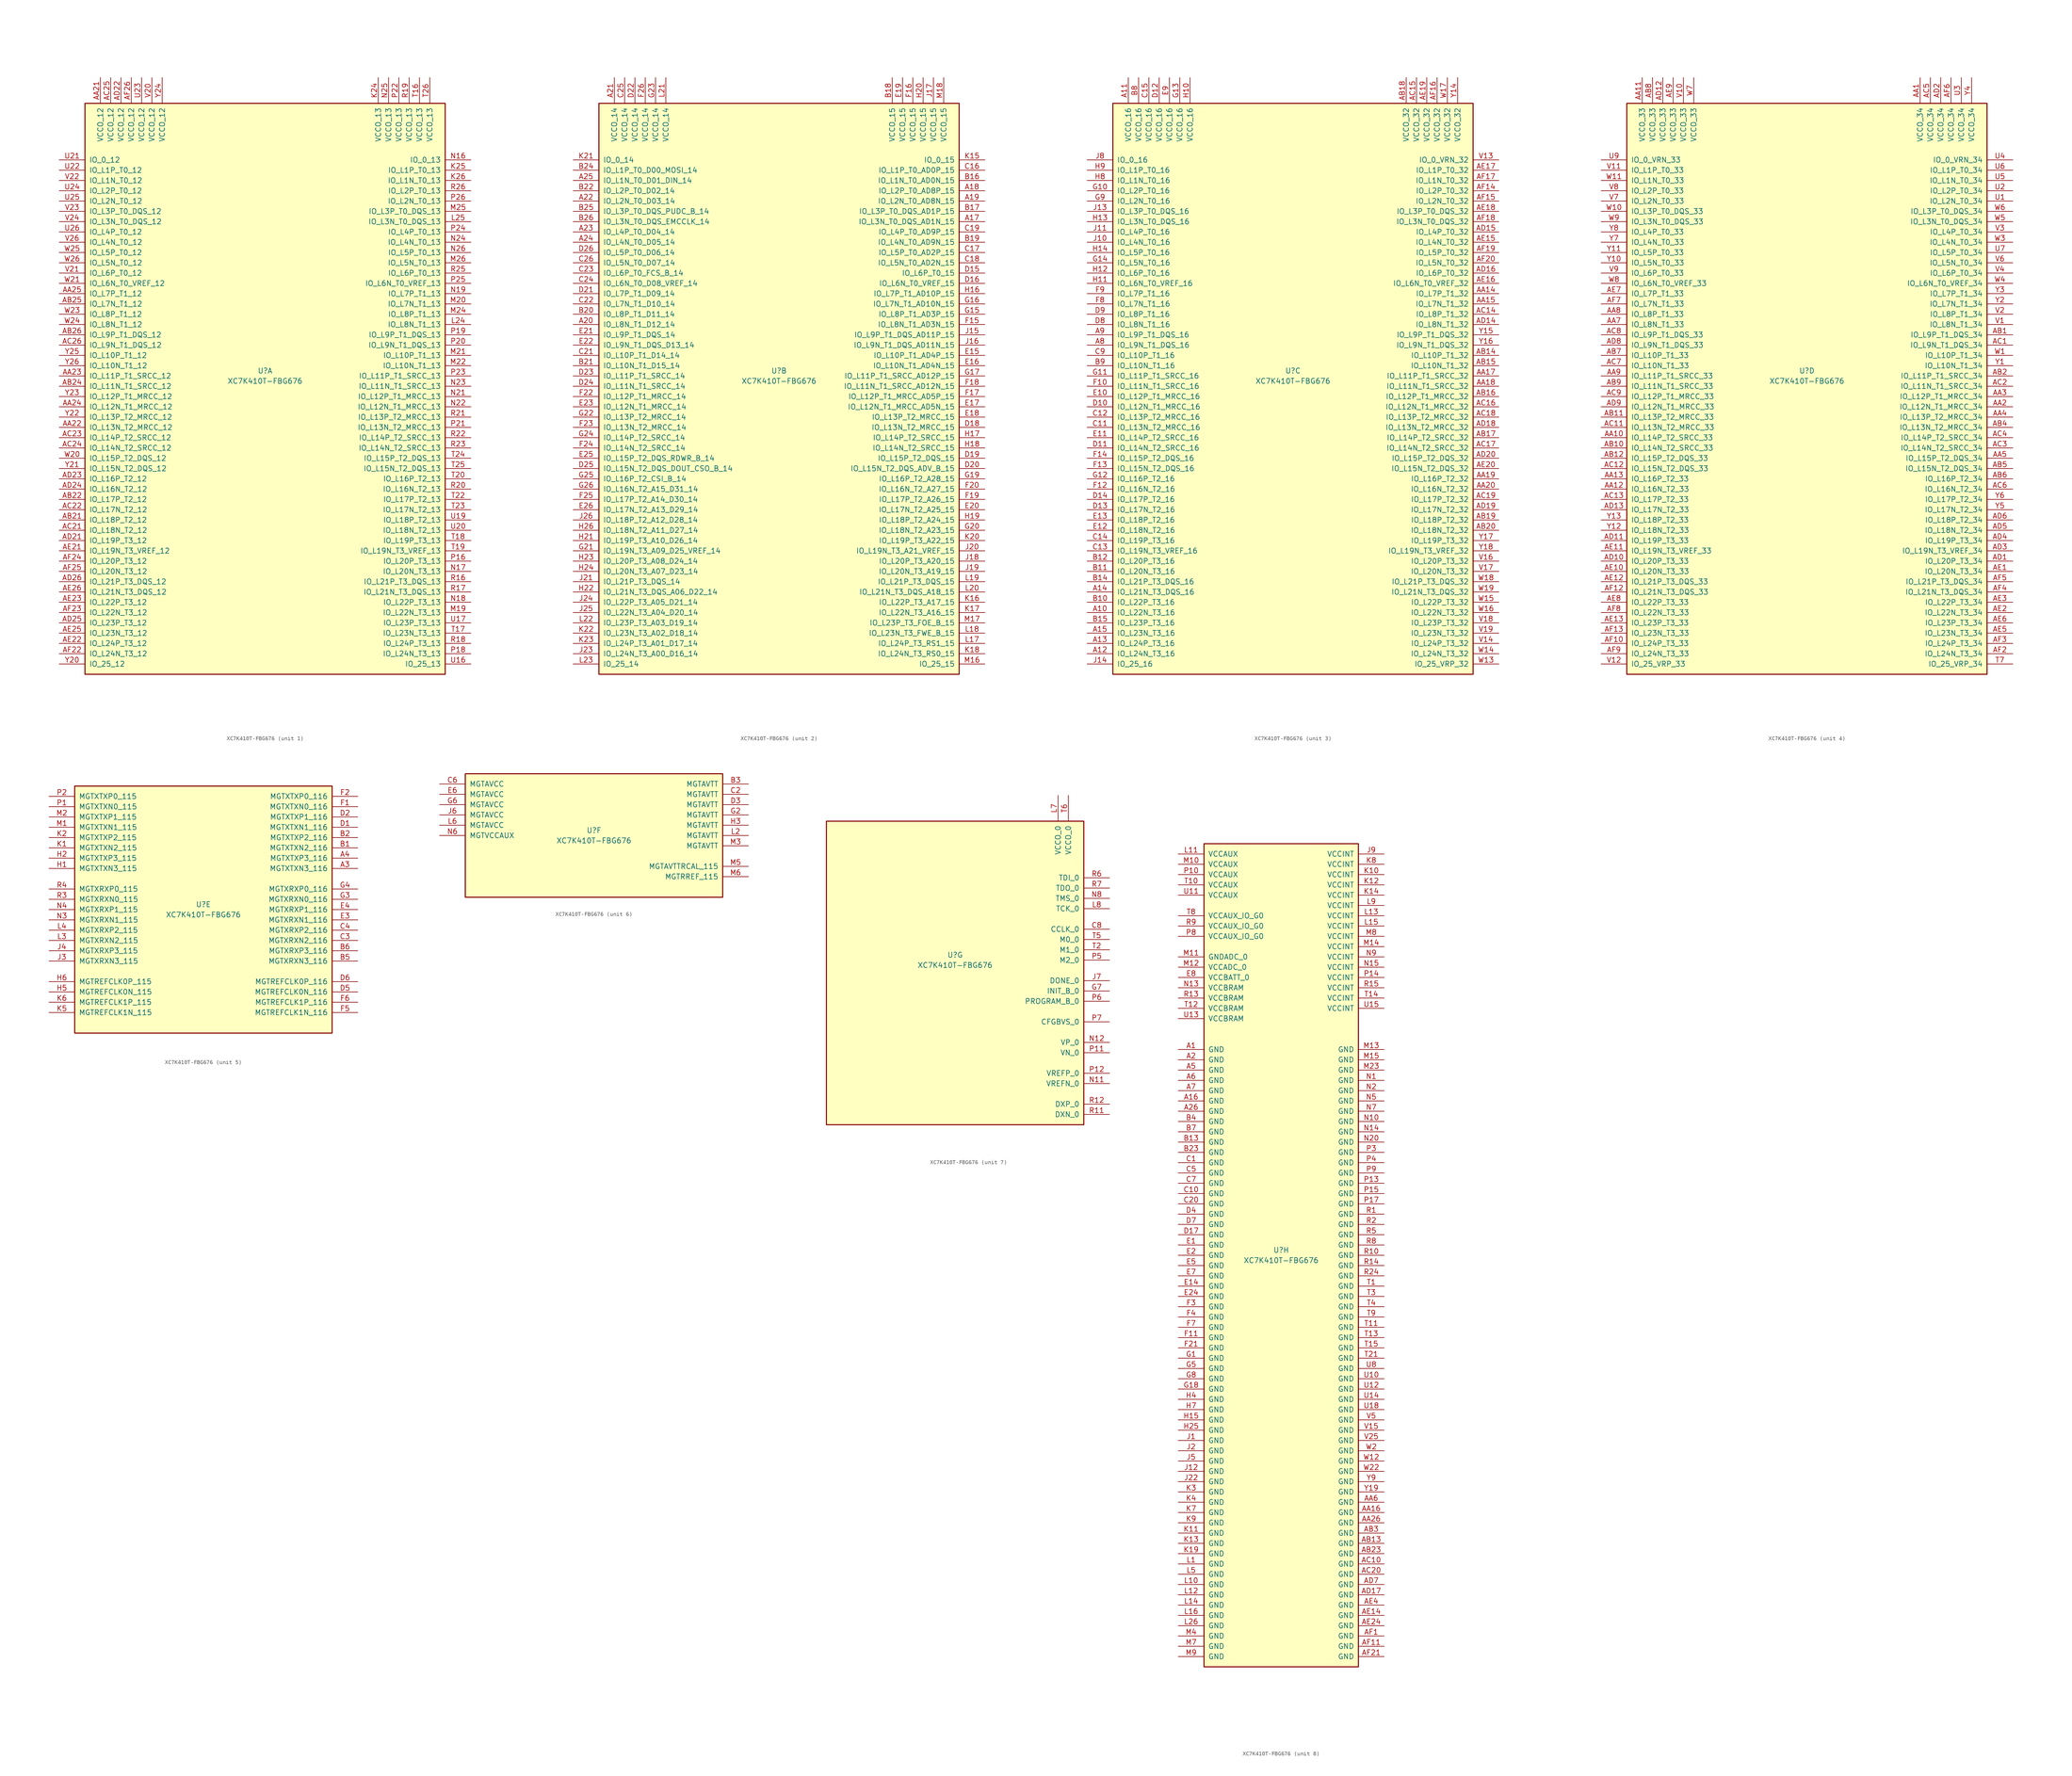
<source format=kicad_sym>
(kicad_symbol_lib
  (version 20201005)
  (generator kicad_symbol_editor)
  (symbol "FPGA_Xilinx_Kintex7:XC7K410T-FBG676"
    (pin_names
      (offset 1.016))
    (property "Reference" "U"
      (at 0 1.27 0)
      (effects (font (size 1.27 1.27))))
    (property "Value" "XC7K410T-FBG676"
      (at 0 -1.27 0)
      (effects (font (size 1.27 1.27))))
    (property "Datasheet" ""
      (at 0 0 0)
      (effects (font (size 1.27 1.27))))
    (property "ki_locked" ""
      (at 0 0 0)
      (effects (font (size 1.27 1.27))))
    (symbol "XC7K410T-FBG676_1_1"
      (rectangle (start -44.45 67.31) (end 44.45 -73.66) (stroke (width 0.254)) (fill (type background)))
      (pin power_in line (at -40.64 73.66 270) (length 6.35) (name "VCCO_12" (effects (font (size 1.27 1.27)))) (number "AA21" (effects (font (size 1.27 1.27)))))
      (pin power_in line (at -38.1 73.66 270) (length 6.35) (name "VCCO_12" (effects (font (size 1.27 1.27)))) (number "AC25" (effects (font (size 1.27 1.27)))))
      (pin power_in line (at -35.56 73.66 270) (length 6.35) (name "VCCO_12" (effects (font (size 1.27 1.27)))) (number "AD22" (effects (font (size 1.27 1.27)))))
      (pin power_in line (at -33.02 73.66 270) (length 6.35) (name "VCCO_12" (effects (font (size 1.27 1.27)))) (number "AF26" (effects (font (size 1.27 1.27)))))
      (pin power_in line (at -30.48 73.66 270) (length 6.35) (name "VCCO_12" (effects (font (size 1.27 1.27)))) (number "U23" (effects (font (size 1.27 1.27)))))
      (pin power_in line (at -27.94 73.66 270) (length 6.35) (name "VCCO_12" (effects (font (size 1.27 1.27)))) (number "V20" (effects (font (size 1.27 1.27)))))
      (pin power_in line (at -25.4 73.66 270) (length 6.35) (name "VCCO_12" (effects (font (size 1.27 1.27)))) (number "Y24" (effects (font (size 1.27 1.27)))))
      (pin bidirectional line (at -50.8 53.34 0) (length 6.35) (name "IO_0_12" (effects (font (size 1.27 1.27)))) (number "U21" (effects (font (size 1.27 1.27)))))
      (pin bidirectional line (at -50.8 50.8 0) (length 6.35) (name "IO_L1P_T0_12" (effects (font (size 1.27 1.27)))) (number "U22" (effects (font (size 1.27 1.27)))))
      (pin bidirectional line (at -50.8 48.26 0) (length 6.35) (name "IO_L1N_T0_12" (effects (font (size 1.27 1.27)))) (number "V22" (effects (font (size 1.27 1.27)))))
      (pin bidirectional line (at -50.8 45.72 0) (length 6.35) (name "IO_L2P_T0_12" (effects (font (size 1.27 1.27)))) (number "U24" (effects (font (size 1.27 1.27)))))
      (pin bidirectional line (at -50.8 43.18 0) (length 6.35) (name "IO_L2N_T0_12" (effects (font (size 1.27 1.27)))) (number "U25" (effects (font (size 1.27 1.27)))))
      (pin bidirectional line (at -50.8 40.64 0) (length 6.35) (name "IO_L3P_T0_DQS_12" (effects (font (size 1.27 1.27)))) (number "V23" (effects (font (size 1.27 1.27)))))
      (pin bidirectional line (at -50.8 38.1 0) (length 6.35) (name "IO_L3N_T0_DQS_12" (effects (font (size 1.27 1.27)))) (number "V24" (effects (font (size 1.27 1.27)))))
      (pin bidirectional line (at -50.8 35.56 0) (length 6.35) (name "IO_L4P_T0_12" (effects (font (size 1.27 1.27)))) (number "U26" (effects (font (size 1.27 1.27)))))
      (pin bidirectional line (at -50.8 33.02 0) (length 6.35) (name "IO_L4N_T0_12" (effects (font (size 1.27 1.27)))) (number "V26" (effects (font (size 1.27 1.27)))))
      (pin bidirectional line (at -50.8 30.48 0) (length 6.35) (name "IO_L5P_T0_12" (effects (font (size 1.27 1.27)))) (number "W25" (effects (font (size 1.27 1.27)))))
      (pin bidirectional line (at -50.8 27.94 0) (length 6.35) (name "IO_L5N_T0_12" (effects (font (size 1.27 1.27)))) (number "W26" (effects (font (size 1.27 1.27)))))
      (pin bidirectional line (at -50.8 25.4 0) (length 6.35) (name "IO_L6P_T0_12" (effects (font (size 1.27 1.27)))) (number "V21" (effects (font (size 1.27 1.27)))))
      (pin bidirectional line (at -50.8 22.86 0) (length 6.35) (name "IO_L6N_T0_VREF_12" (effects (font (size 1.27 1.27)))) (number "W21" (effects (font (size 1.27 1.27)))))
      (pin bidirectional line (at -50.8 20.32 0) (length 6.35) (name "IO_L7P_T1_12" (effects (font (size 1.27 1.27)))) (number "AA25" (effects (font (size 1.27 1.27)))))
      (pin bidirectional line (at -50.8 17.78 0) (length 6.35) (name "IO_L7N_T1_12" (effects (font (size 1.27 1.27)))) (number "AB25" (effects (font (size 1.27 1.27)))))
      (pin bidirectional line (at -50.8 15.24 0) (length 6.35) (name "IO_L8P_T1_12" (effects (font (size 1.27 1.27)))) (number "W23" (effects (font (size 1.27 1.27)))))
      (pin bidirectional line (at -50.8 12.7 0) (length 6.35) (name "IO_L8N_T1_12" (effects (font (size 1.27 1.27)))) (number "W24" (effects (font (size 1.27 1.27)))))
      (pin bidirectional line (at -50.8 10.16 0) (length 6.35) (name "IO_L9P_T1_DQS_12" (effects (font (size 1.27 1.27)))) (number "AB26" (effects (font (size 1.27 1.27)))))
      (pin bidirectional line (at -50.8 7.62 0) (length 6.35) (name "IO_L9N_T1_DQS_12" (effects (font (size 1.27 1.27)))) (number "AC26" (effects (font (size 1.27 1.27)))))
      (pin bidirectional line (at -50.8 5.08 0) (length 6.35) (name "IO_L10P_T1_12" (effects (font (size 1.27 1.27)))) (number "Y25" (effects (font (size 1.27 1.27)))))
      (pin bidirectional line (at -50.8 2.54 0) (length 6.35) (name "IO_L10N_T1_12" (effects (font (size 1.27 1.27)))) (number "Y26" (effects (font (size 1.27 1.27)))))
      (pin bidirectional line (at -50.8 0 0) (length 6.35) (name "IO_L11P_T1_SRCC_12" (effects (font (size 1.27 1.27)))) (number "AA23" (effects (font (size 1.27 1.27)))))
      (pin bidirectional line (at -50.8 -2.54 0) (length 6.35) (name "IO_L11N_T1_SRCC_12" (effects (font (size 1.27 1.27)))) (number "AB24" (effects (font (size 1.27 1.27)))))
      (pin bidirectional line (at -50.8 -5.08 0) (length 6.35) (name "IO_L12P_T1_MRCC_12" (effects (font (size 1.27 1.27)))) (number "Y23" (effects (font (size 1.27 1.27)))))
      (pin bidirectional line (at -50.8 -7.62 0) (length 6.35) (name "IO_L12N_T1_MRCC_12" (effects (font (size 1.27 1.27)))) (number "AA24" (effects (font (size 1.27 1.27)))))
      (pin bidirectional line (at -50.8 -10.16 0) (length 6.35) (name "IO_L13P_T2_MRCC_12" (effects (font (size 1.27 1.27)))) (number "Y22" (effects (font (size 1.27 1.27)))))
      (pin bidirectional line (at -50.8 -12.7 0) (length 6.35) (name "IO_L13N_T2_MRCC_12" (effects (font (size 1.27 1.27)))) (number "AA22" (effects (font (size 1.27 1.27)))))
      (pin bidirectional line (at -50.8 -15.24 0) (length 6.35) (name "IO_L14P_T2_SRCC_12" (effects (font (size 1.27 1.27)))) (number "AC23" (effects (font (size 1.27 1.27)))))
      (pin bidirectional line (at -50.8 -17.78 0) (length 6.35) (name "IO_L14N_T2_SRCC_12" (effects (font (size 1.27 1.27)))) (number "AC24" (effects (font (size 1.27 1.27)))))
      (pin bidirectional line (at -50.8 -20.32 0) (length 6.35) (name "IO_L15P_T2_DQS_12" (effects (font (size 1.27 1.27)))) (number "W20" (effects (font (size 1.27 1.27)))))
      (pin bidirectional line (at -50.8 -22.86 0) (length 6.35) (name "IO_L15N_T2_DQS_12" (effects (font (size 1.27 1.27)))) (number "Y21" (effects (font (size 1.27 1.27)))))
      (pin bidirectional line (at -50.8 -25.4 0) (length 6.35) (name "IO_L16P_T2_12" (effects (font (size 1.27 1.27)))) (number "AD23" (effects (font (size 1.27 1.27)))))
      (pin bidirectional line (at -50.8 -27.94 0) (length 6.35) (name "IO_L16N_T2_12" (effects (font (size 1.27 1.27)))) (number "AD24" (effects (font (size 1.27 1.27)))))
      (pin bidirectional line (at -50.8 -30.48 0) (length 6.35) (name "IO_L17P_T2_12" (effects (font (size 1.27 1.27)))) (number "AB22" (effects (font (size 1.27 1.27)))))
      (pin bidirectional line (at -50.8 -33.02 0) (length 6.35) (name "IO_L17N_T2_12" (effects (font (size 1.27 1.27)))) (number "AC22" (effects (font (size 1.27 1.27)))))
      (pin bidirectional line (at -50.8 -35.56 0) (length 6.35) (name "IO_L18P_T2_12" (effects (font (size 1.27 1.27)))) (number "AB21" (effects (font (size 1.27 1.27)))))
      (pin bidirectional line (at -50.8 -38.1 0) (length 6.35) (name "IO_L18N_T2_12" (effects (font (size 1.27 1.27)))) (number "AC21" (effects (font (size 1.27 1.27)))))
      (pin bidirectional line (at -50.8 -40.64 0) (length 6.35) (name "IO_L19P_T3_12" (effects (font (size 1.27 1.27)))) (number "AD21" (effects (font (size 1.27 1.27)))))
      (pin bidirectional line (at -50.8 -43.18 0) (length 6.35) (name "IO_L19N_T3_VREF_12" (effects (font (size 1.27 1.27)))) (number "AE21" (effects (font (size 1.27 1.27)))))
      (pin bidirectional line (at -50.8 -45.72 0) (length 6.35) (name "IO_L20P_T3_12" (effects (font (size 1.27 1.27)))) (number "AF24" (effects (font (size 1.27 1.27)))))
      (pin bidirectional line (at -50.8 -48.26 0) (length 6.35) (name "IO_L20N_T3_12" (effects (font (size 1.27 1.27)))) (number "AF25" (effects (font (size 1.27 1.27)))))
      (pin bidirectional line (at -50.8 -50.8 0) (length 6.35) (name "IO_L21P_T3_DQS_12" (effects (font (size 1.27 1.27)))) (number "AD26" (effects (font (size 1.27 1.27)))))
      (pin bidirectional line (at -50.8 -53.34 0) (length 6.35) (name "IO_L21N_T3_DQS_12" (effects (font (size 1.27 1.27)))) (number "AE26" (effects (font (size 1.27 1.27)))))
      (pin bidirectional line (at -50.8 -55.88 0) (length 6.35) (name "IO_L22P_T3_12" (effects (font (size 1.27 1.27)))) (number "AE23" (effects (font (size 1.27 1.27)))))
      (pin bidirectional line (at -50.8 -58.42 0) (length 6.35) (name "IO_L22N_T3_12" (effects (font (size 1.27 1.27)))) (number "AF23" (effects (font (size 1.27 1.27)))))
      (pin bidirectional line (at -50.8 -60.96 0) (length 6.35) (name "IO_L23P_T3_12" (effects (font (size 1.27 1.27)))) (number "AD25" (effects (font (size 1.27 1.27)))))
      (pin bidirectional line (at -50.8 -63.5 0) (length 6.35) (name "IO_L23N_T3_12" (effects (font (size 1.27 1.27)))) (number "AE25" (effects (font (size 1.27 1.27)))))
      (pin bidirectional line (at -50.8 -66.04 0) (length 6.35) (name "IO_L24P_T3_12" (effects (font (size 1.27 1.27)))) (number "AE22" (effects (font (size 1.27 1.27)))))
      (pin bidirectional line (at -50.8 -68.58 0) (length 6.35) (name "IO_L24N_T3_12" (effects (font (size 1.27 1.27)))) (number "AF22" (effects (font (size 1.27 1.27)))))
      (pin bidirectional line (at -50.8 -71.12 0) (length 6.35) (name "IO_25_12" (effects (font (size 1.27 1.27)))) (number "Y20" (effects (font (size 1.27 1.27)))))
      (pin power_in line (at 27.94 73.66 270) (length 6.35) (name "VCCO_13" (effects (font (size 1.27 1.27)))) (number "K24" (effects (font (size 1.27 1.27)))))
      (pin power_in line (at 30.48 73.66 270) (length 6.35) (name "VCCO_13" (effects (font (size 1.27 1.27)))) (number "N25" (effects (font (size 1.27 1.27)))))
      (pin power_in line (at 33.02 73.66 270) (length 6.35) (name "VCCO_13" (effects (font (size 1.27 1.27)))) (number "P22" (effects (font (size 1.27 1.27)))))
      (pin power_in line (at 35.56 73.66 270) (length 6.35) (name "VCCO_13" (effects (font (size 1.27 1.27)))) (number "R19" (effects (font (size 1.27 1.27)))))
      (pin power_in line (at 38.1 73.66 270) (length 6.35) (name "VCCO_13" (effects (font (size 1.27 1.27)))) (number "T16" (effects (font (size 1.27 1.27)))))
      (pin power_in line (at 40.64 73.66 270) (length 6.35) (name "VCCO_13" (effects (font (size 1.27 1.27)))) (number "T26" (effects (font (size 1.27 1.27)))))
      (pin bidirectional line (at 50.8 53.34 180) (length 6.35) (name "IO_0_13" (effects (font (size 1.27 1.27)))) (number "N16" (effects (font (size 1.27 1.27)))))
      (pin bidirectional line (at 50.8 50.8 180) (length 6.35) (name "IO_L1P_T0_13" (effects (font (size 1.27 1.27)))) (number "K25" (effects (font (size 1.27 1.27)))))
      (pin bidirectional line (at 50.8 48.26 180) (length 6.35) (name "IO_L1N_T0_13" (effects (font (size 1.27 1.27)))) (number "K26" (effects (font (size 1.27 1.27)))))
      (pin bidirectional line (at 50.8 45.72 180) (length 6.35) (name "IO_L2P_T0_13" (effects (font (size 1.27 1.27)))) (number "R26" (effects (font (size 1.27 1.27)))))
      (pin bidirectional line (at 50.8 43.18 180) (length 6.35) (name "IO_L2N_T0_13" (effects (font (size 1.27 1.27)))) (number "P26" (effects (font (size 1.27 1.27)))))
      (pin bidirectional line (at 50.8 40.64 180) (length 6.35) (name "IO_L3P_T0_DQS_13" (effects (font (size 1.27 1.27)))) (number "M25" (effects (font (size 1.27 1.27)))))
      (pin bidirectional line (at 50.8 38.1 180) (length 6.35) (name "IO_L3N_T0_DQS_13" (effects (font (size 1.27 1.27)))) (number "L25" (effects (font (size 1.27 1.27)))))
      (pin bidirectional line (at 50.8 35.56 180) (length 6.35) (name "IO_L4P_T0_13" (effects (font (size 1.27 1.27)))) (number "P24" (effects (font (size 1.27 1.27)))))
      (pin bidirectional line (at 50.8 33.02 180) (length 6.35) (name "IO_L4N_T0_13" (effects (font (size 1.27 1.27)))) (number "N24" (effects (font (size 1.27 1.27)))))
      (pin bidirectional line (at 50.8 30.48 180) (length 6.35) (name "IO_L5P_T0_13" (effects (font (size 1.27 1.27)))) (number "N26" (effects (font (size 1.27 1.27)))))
      (pin bidirectional line (at 50.8 27.94 180) (length 6.35) (name "IO_L5N_T0_13" (effects (font (size 1.27 1.27)))) (number "M26" (effects (font (size 1.27 1.27)))))
      (pin bidirectional line (at 50.8 25.4 180) (length 6.35) (name "IO_L6P_T0_13" (effects (font (size 1.27 1.27)))) (number "R25" (effects (font (size 1.27 1.27)))))
      (pin bidirectional line (at 50.8 22.86 180) (length 6.35) (name "IO_L6N_T0_VREF_13" (effects (font (size 1.27 1.27)))) (number "P25" (effects (font (size 1.27 1.27)))))
      (pin bidirectional line (at 50.8 20.32 180) (length 6.35) (name "IO_L7P_T1_13" (effects (font (size 1.27 1.27)))) (number "N19" (effects (font (size 1.27 1.27)))))
      (pin bidirectional line (at 50.8 17.78 180) (length 6.35) (name "IO_L7N_T1_13" (effects (font (size 1.27 1.27)))) (number "M20" (effects (font (size 1.27 1.27)))))
      (pin bidirectional line (at 50.8 15.24 180) (length 6.35) (name "IO_L8P_T1_13" (effects (font (size 1.27 1.27)))) (number "M24" (effects (font (size 1.27 1.27)))))
      (pin bidirectional line (at 50.8 12.7 180) (length 6.35) (name "IO_L8N_T1_13" (effects (font (size 1.27 1.27)))) (number "L24" (effects (font (size 1.27 1.27)))))
      (pin bidirectional line (at 50.8 10.16 180) (length 6.35) (name "IO_L9P_T1_DQS_13" (effects (font (size 1.27 1.27)))) (number "P19" (effects (font (size 1.27 1.27)))))
      (pin bidirectional line (at 50.8 7.62 180) (length 6.35) (name "IO_L9N_T1_DQS_13" (effects (font (size 1.27 1.27)))) (number "P20" (effects (font (size 1.27 1.27)))))
      (pin bidirectional line (at 50.8 5.08 180) (length 6.35) (name "IO_L10P_T1_13" (effects (font (size 1.27 1.27)))) (number "M21" (effects (font (size 1.27 1.27)))))
      (pin bidirectional line (at 50.8 2.54 180) (length 6.35) (name "IO_L10N_T1_13" (effects (font (size 1.27 1.27)))) (number "M22" (effects (font (size 1.27 1.27)))))
      (pin bidirectional line (at 50.8 0 180) (length 6.35) (name "IO_L11P_T1_SRCC_13" (effects (font (size 1.27 1.27)))) (number "P23" (effects (font (size 1.27 1.27)))))
      (pin bidirectional line (at 50.8 -2.54 180) (length 6.35) (name "IO_L11N_T1_SRCC_13" (effects (font (size 1.27 1.27)))) (number "N23" (effects (font (size 1.27 1.27)))))
      (pin bidirectional line (at 50.8 -5.08 180) (length 6.35) (name "IO_L12P_T1_MRCC_13" (effects (font (size 1.27 1.27)))) (number "N21" (effects (font (size 1.27 1.27)))))
      (pin bidirectional line (at 50.8 -7.62 180) (length 6.35) (name "IO_L12N_T1_MRCC_13" (effects (font (size 1.27 1.27)))) (number "N22" (effects (font (size 1.27 1.27)))))
      (pin bidirectional line (at 50.8 -10.16 180) (length 6.35) (name "IO_L13P_T2_MRCC_13" (effects (font (size 1.27 1.27)))) (number "R21" (effects (font (size 1.27 1.27)))))
      (pin bidirectional line (at 50.8 -12.7 180) (length 6.35) (name "IO_L13N_T2_MRCC_13" (effects (font (size 1.27 1.27)))) (number "P21" (effects (font (size 1.27 1.27)))))
      (pin bidirectional line (at 50.8 -15.24 180) (length 6.35) (name "IO_L14P_T2_SRCC_13" (effects (font (size 1.27 1.27)))) (number "R22" (effects (font (size 1.27 1.27)))))
      (pin bidirectional line (at 50.8 -17.78 180) (length 6.35) (name "IO_L14N_T2_SRCC_13" (effects (font (size 1.27 1.27)))) (number "R23" (effects (font (size 1.27 1.27)))))
      (pin bidirectional line (at 50.8 -20.32 180) (length 6.35) (name "IO_L15P_T2_DQS_13" (effects (font (size 1.27 1.27)))) (number "T24" (effects (font (size 1.27 1.27)))))
      (pin bidirectional line (at 50.8 -22.86 180) (length 6.35) (name "IO_L15N_T2_DQS_13" (effects (font (size 1.27 1.27)))) (number "T25" (effects (font (size 1.27 1.27)))))
      (pin bidirectional line (at 50.8 -25.4 180) (length 6.35) (name "IO_L16P_T2_13" (effects (font (size 1.27 1.27)))) (number "T20" (effects (font (size 1.27 1.27)))))
      (pin bidirectional line (at 50.8 -27.94 180) (length 6.35) (name "IO_L16N_T2_13" (effects (font (size 1.27 1.27)))) (number "R20" (effects (font (size 1.27 1.27)))))
      (pin bidirectional line (at 50.8 -30.48 180) (length 6.35) (name "IO_L17P_T2_13" (effects (font (size 1.27 1.27)))) (number "T22" (effects (font (size 1.27 1.27)))))
      (pin bidirectional line (at 50.8 -33.02 180) (length 6.35) (name "IO_L17N_T2_13" (effects (font (size 1.27 1.27)))) (number "T23" (effects (font (size 1.27 1.27)))))
      (pin bidirectional line (at 50.8 -35.56 180) (length 6.35) (name "IO_L18P_T2_13" (effects (font (size 1.27 1.27)))) (number "U19" (effects (font (size 1.27 1.27)))))
      (pin bidirectional line (at 50.8 -38.1 180) (length 6.35) (name "IO_L18N_T2_13" (effects (font (size 1.27 1.27)))) (number "U20" (effects (font (size 1.27 1.27)))))
      (pin bidirectional line (at 50.8 -40.64 180) (length 6.35) (name "IO_L19P_T3_13" (effects (font (size 1.27 1.27)))) (number "T18" (effects (font (size 1.27 1.27)))))
      (pin bidirectional line (at 50.8 -43.18 180) (length 6.35) (name "IO_L19N_T3_VREF_13" (effects (font (size 1.27 1.27)))) (number "T19" (effects (font (size 1.27 1.27)))))
      (pin bidirectional line (at 50.8 -45.72 180) (length 6.35) (name "IO_L20P_T3_13" (effects (font (size 1.27 1.27)))) (number "P16" (effects (font (size 1.27 1.27)))))
      (pin bidirectional line (at 50.8 -48.26 180) (length 6.35) (name "IO_L20N_T3_13" (effects (font (size 1.27 1.27)))) (number "N17" (effects (font (size 1.27 1.27)))))
      (pin bidirectional line (at 50.8 -50.8 180) (length 6.35) (name "IO_L21P_T3_DQS_13" (effects (font (size 1.27 1.27)))) (number "R16" (effects (font (size 1.27 1.27)))))
      (pin bidirectional line (at 50.8 -53.34 180) (length 6.35) (name "IO_L21N_T3_DQS_13" (effects (font (size 1.27 1.27)))) (number "R17" (effects (font (size 1.27 1.27)))))
      (pin bidirectional line (at 50.8 -55.88 180) (length 6.35) (name "IO_L22P_T3_13" (effects (font (size 1.27 1.27)))) (number "N18" (effects (font (size 1.27 1.27)))))
      (pin bidirectional line (at 50.8 -58.42 180) (length 6.35) (name "IO_L22N_T3_13" (effects (font (size 1.27 1.27)))) (number "M19" (effects (font (size 1.27 1.27)))))
      (pin bidirectional line (at 50.8 -60.96 180) (length 6.35) (name "IO_L23P_T3_13" (effects (font (size 1.27 1.27)))) (number "U17" (effects (font (size 1.27 1.27)))))
      (pin bidirectional line (at 50.8 -63.5 180) (length 6.35) (name "IO_L23N_T3_13" (effects (font (size 1.27 1.27)))) (number "T17" (effects (font (size 1.27 1.27)))))
      (pin bidirectional line (at 50.8 -66.04 180) (length 6.35) (name "IO_L24P_T3_13" (effects (font (size 1.27 1.27)))) (number "R18" (effects (font (size 1.27 1.27)))))
      (pin bidirectional line (at 50.8 -68.58 180) (length 6.35) (name "IO_L24N_T3_13" (effects (font (size 1.27 1.27)))) (number "P18" (effects (font (size 1.27 1.27)))))
      (pin bidirectional line (at 50.8 -71.12 180) (length 6.35) (name "IO_25_13" (effects (font (size 1.27 1.27)))) (number "U16" (effects (font (size 1.27 1.27))))))
    (symbol "XC7K410T-FBG676_2_1"
      (rectangle (start -44.45 67.31) (end 44.45 -73.66) (stroke (width 0.254)) (fill (type background)))
      (pin power_in line (at -40.64 73.66 270) (length 6.35) (name "VCCO_14" (effects (font (size 1.27 1.27)))) (number "A21" (effects (font (size 1.27 1.27)))))
      (pin power_in line (at -38.1 73.66 270) (length 6.35) (name "VCCO_14" (effects (font (size 1.27 1.27)))) (number "C25" (effects (font (size 1.27 1.27)))))
      (pin power_in line (at -35.56 73.66 270) (length 6.35) (name "VCCO_14" (effects (font (size 1.27 1.27)))) (number "D22" (effects (font (size 1.27 1.27)))))
      (pin power_in line (at -33.02 73.66 270) (length 6.35) (name "VCCO_14" (effects (font (size 1.27 1.27)))) (number "F26" (effects (font (size 1.27 1.27)))))
      (pin power_in line (at -30.48 73.66 270) (length 6.35) (name "VCCO_14" (effects (font (size 1.27 1.27)))) (number "G23" (effects (font (size 1.27 1.27)))))
      (pin power_in line (at -27.94 73.66 270) (length 6.35) (name "VCCO_14" (effects (font (size 1.27 1.27)))) (number "L21" (effects (font (size 1.27 1.27)))))
      (pin bidirectional line (at -50.8 53.34 0) (length 6.35) (name "IO_0_14" (effects (font (size 1.27 1.27)))) (number "K21" (effects (font (size 1.27 1.27)))))
      (pin bidirectional line (at -50.8 50.8 0) (length 6.35) (name "IO_L1P_T0_D00_MOSI_14" (effects (font (size 1.27 1.27)))) (number "B24" (effects (font (size 1.27 1.27)))))
      (pin bidirectional line (at -50.8 48.26 0) (length 6.35) (name "IO_L1N_T0_D01_DIN_14" (effects (font (size 1.27 1.27)))) (number "A25" (effects (font (size 1.27 1.27)))))
      (pin bidirectional line (at -50.8 45.72 0) (length 6.35) (name "IO_L2P_T0_D02_14" (effects (font (size 1.27 1.27)))) (number "B22" (effects (font (size 1.27 1.27)))))
      (pin bidirectional line (at -50.8 43.18 0) (length 6.35) (name "IO_L2N_T0_D03_14" (effects (font (size 1.27 1.27)))) (number "A22" (effects (font (size 1.27 1.27)))))
      (pin bidirectional line (at -50.8 40.64 0) (length 6.35) (name "IO_L3P_T0_DQS_PUDC_B_14" (effects (font (size 1.27 1.27)))) (number "B25" (effects (font (size 1.27 1.27)))))
      (pin bidirectional line (at -50.8 38.1 0) (length 6.35) (name "IO_L3N_T0_DQS_EMCCLK_14" (effects (font (size 1.27 1.27)))) (number "B26" (effects (font (size 1.27 1.27)))))
      (pin bidirectional line (at -50.8 35.56 0) (length 6.35) (name "IO_L4P_T0_D04_14" (effects (font (size 1.27 1.27)))) (number "A23" (effects (font (size 1.27 1.27)))))
      (pin bidirectional line (at -50.8 33.02 0) (length 6.35) (name "IO_L4N_T0_D05_14" (effects (font (size 1.27 1.27)))) (number "A24" (effects (font (size 1.27 1.27)))))
      (pin bidirectional line (at -50.8 30.48 0) (length 6.35) (name "IO_L5P_T0_D06_14" (effects (font (size 1.27 1.27)))) (number "D26" (effects (font (size 1.27 1.27)))))
      (pin bidirectional line (at -50.8 27.94 0) (length 6.35) (name "IO_L5N_T0_D07_14" (effects (font (size 1.27 1.27)))) (number "C26" (effects (font (size 1.27 1.27)))))
      (pin bidirectional line (at -50.8 25.4 0) (length 6.35) (name "IO_L6P_T0_FCS_B_14" (effects (font (size 1.27 1.27)))) (number "C23" (effects (font (size 1.27 1.27)))))
      (pin bidirectional line (at -50.8 22.86 0) (length 6.35) (name "IO_L6N_T0_D08_VREF_14" (effects (font (size 1.27 1.27)))) (number "C24" (effects (font (size 1.27 1.27)))))
      (pin bidirectional line (at -50.8 20.32 0) (length 6.35) (name "IO_L7P_T1_D09_14" (effects (font (size 1.27 1.27)))) (number "D21" (effects (font (size 1.27 1.27)))))
      (pin bidirectional line (at -50.8 17.78 0) (length 6.35) (name "IO_L7N_T1_D10_14" (effects (font (size 1.27 1.27)))) (number "C22" (effects (font (size 1.27 1.27)))))
      (pin bidirectional line (at -50.8 15.24 0) (length 6.35) (name "IO_L8P_T1_D11_14" (effects (font (size 1.27 1.27)))) (number "B20" (effects (font (size 1.27 1.27)))))
      (pin bidirectional line (at -50.8 12.7 0) (length 6.35) (name "IO_L8N_T1_D12_14" (effects (font (size 1.27 1.27)))) (number "A20" (effects (font (size 1.27 1.27)))))
      (pin bidirectional line (at -50.8 10.16 0) (length 6.35) (name "IO_L9P_T1_DQS_14" (effects (font (size 1.27 1.27)))) (number "E21" (effects (font (size 1.27 1.27)))))
      (pin bidirectional line (at -50.8 7.62 0) (length 6.35) (name "IO_L9N_T1_DQS_D13_14" (effects (font (size 1.27 1.27)))) (number "E22" (effects (font (size 1.27 1.27)))))
      (pin bidirectional line (at -50.8 5.08 0) (length 6.35) (name "IO_L10P_T1_D14_14" (effects (font (size 1.27 1.27)))) (number "C21" (effects (font (size 1.27 1.27)))))
      (pin bidirectional line (at -50.8 2.54 0) (length 6.35) (name "IO_L10N_T1_D15_14" (effects (font (size 1.27 1.27)))) (number "B21" (effects (font (size 1.27 1.27)))))
      (pin bidirectional line (at -50.8 0 0) (length 6.35) (name "IO_L11P_T1_SRCC_14" (effects (font (size 1.27 1.27)))) (number "D23" (effects (font (size 1.27 1.27)))))
      (pin bidirectional line (at -50.8 -2.54 0) (length 6.35) (name "IO_L11N_T1_SRCC_14" (effects (font (size 1.27 1.27)))) (number "D24" (effects (font (size 1.27 1.27)))))
      (pin bidirectional line (at -50.8 -5.08 0) (length 6.35) (name "IO_L12P_T1_MRCC_14" (effects (font (size 1.27 1.27)))) (number "F22" (effects (font (size 1.27 1.27)))))
      (pin bidirectional line (at -50.8 -7.62 0) (length 6.35) (name "IO_L12N_T1_MRCC_14" (effects (font (size 1.27 1.27)))) (number "E23" (effects (font (size 1.27 1.27)))))
      (pin bidirectional line (at -50.8 -10.16 0) (length 6.35) (name "IO_L13P_T2_MRCC_14" (effects (font (size 1.27 1.27)))) (number "G22" (effects (font (size 1.27 1.27)))))
      (pin bidirectional line (at -50.8 -12.7 0) (length 6.35) (name "IO_L13N_T2_MRCC_14" (effects (font (size 1.27 1.27)))) (number "F23" (effects (font (size 1.27 1.27)))))
      (pin bidirectional line (at -50.8 -15.24 0) (length 6.35) (name "IO_L14P_T2_SRCC_14" (effects (font (size 1.27 1.27)))) (number "G24" (effects (font (size 1.27 1.27)))))
      (pin bidirectional line (at -50.8 -17.78 0) (length 6.35) (name "IO_L14N_T2_SRCC_14" (effects (font (size 1.27 1.27)))) (number "F24" (effects (font (size 1.27 1.27)))))
      (pin bidirectional line (at -50.8 -20.32 0) (length 6.35) (name "IO_L15P_T2_DQS_RDWR_B_14" (effects (font (size 1.27 1.27)))) (number "E25" (effects (font (size 1.27 1.27)))))
      (pin bidirectional line (at -50.8 -22.86 0) (length 6.35) (name "IO_L15N_T2_DQS_DOUT_CSO_B_14" (effects (font (size 1.27 1.27)))) (number "D25" (effects (font (size 1.27 1.27)))))
      (pin bidirectional line (at -50.8 -25.4 0) (length 6.35) (name "IO_L16P_T2_CSI_B_14" (effects (font (size 1.27 1.27)))) (number "G25" (effects (font (size 1.27 1.27)))))
      (pin bidirectional line (at -50.8 -27.94 0) (length 6.35) (name "IO_L16N_T2_A15_D31_14" (effects (font (size 1.27 1.27)))) (number "G26" (effects (font (size 1.27 1.27)))))
      (pin bidirectional line (at -50.8 -30.48 0) (length 6.35) (name "IO_L17P_T2_A14_D30_14" (effects (font (size 1.27 1.27)))) (number "F25" (effects (font (size 1.27 1.27)))))
      (pin bidirectional line (at -50.8 -33.02 0) (length 6.35) (name "IO_L17N_T2_A13_D29_14" (effects (font (size 1.27 1.27)))) (number "E26" (effects (font (size 1.27 1.27)))))
      (pin bidirectional line (at -50.8 -35.56 0) (length 6.35) (name "IO_L18P_T2_A12_D28_14" (effects (font (size 1.27 1.27)))) (number "J26" (effects (font (size 1.27 1.27)))))
      (pin bidirectional line (at -50.8 -38.1 0) (length 6.35) (name "IO_L18N_T2_A11_D27_14" (effects (font (size 1.27 1.27)))) (number "H26" (effects (font (size 1.27 1.27)))))
      (pin bidirectional line (at -50.8 -40.64 0) (length 6.35) (name "IO_L19P_T3_A10_D26_14" (effects (font (size 1.27 1.27)))) (number "H21" (effects (font (size 1.27 1.27)))))
      (pin bidirectional line (at -50.8 -43.18 0) (length 6.35) (name "IO_L19N_T3_A09_D25_VREF_14" (effects (font (size 1.27 1.27)))) (number "G21" (effects (font (size 1.27 1.27)))))
      (pin bidirectional line (at -50.8 -45.72 0) (length 6.35) (name "IO_L20P_T3_A08_D24_14" (effects (font (size 1.27 1.27)))) (number "H23" (effects (font (size 1.27 1.27)))))
      (pin bidirectional line (at -50.8 -48.26 0) (length 6.35) (name "IO_L20N_T3_A07_D23_14" (effects (font (size 1.27 1.27)))) (number "H24" (effects (font (size 1.27 1.27)))))
      (pin bidirectional line (at -50.8 -50.8 0) (length 6.35) (name "IO_L21P_T3_DQS_14" (effects (font (size 1.27 1.27)))) (number "J21" (effects (font (size 1.27 1.27)))))
      (pin bidirectional line (at -50.8 -53.34 0) (length 6.35) (name "IO_L21N_T3_DQS_A06_D22_14" (effects (font (size 1.27 1.27)))) (number "H22" (effects (font (size 1.27 1.27)))))
      (pin bidirectional line (at -50.8 -55.88 0) (length 6.35) (name "IO_L22P_T3_A05_D21_14" (effects (font (size 1.27 1.27)))) (number "J24" (effects (font (size 1.27 1.27)))))
      (pin bidirectional line (at -50.8 -58.42 0) (length 6.35) (name "IO_L22N_T3_A04_D20_14" (effects (font (size 1.27 1.27)))) (number "J25" (effects (font (size 1.27 1.27)))))
      (pin bidirectional line (at -50.8 -60.96 0) (length 6.35) (name "IO_L23P_T3_A03_D19_14" (effects (font (size 1.27 1.27)))) (number "L22" (effects (font (size 1.27 1.27)))))
      (pin bidirectional line (at -50.8 -63.5 0) (length 6.35) (name "IO_L23N_T3_A02_D18_14" (effects (font (size 1.27 1.27)))) (number "K22" (effects (font (size 1.27 1.27)))))
      (pin bidirectional line (at -50.8 -66.04 0) (length 6.35) (name "IO_L24P_T3_A01_D17_14" (effects (font (size 1.27 1.27)))) (number "K23" (effects (font (size 1.27 1.27)))))
      (pin bidirectional line (at -50.8 -68.58 0) (length 6.35) (name "IO_L24N_T3_A00_D16_14" (effects (font (size 1.27 1.27)))) (number "J23" (effects (font (size 1.27 1.27)))))
      (pin bidirectional line (at -50.8 -71.12 0) (length 6.35) (name "IO_25_14" (effects (font (size 1.27 1.27)))) (number "L23" (effects (font (size 1.27 1.27)))))
      (pin power_in line (at 27.94 73.66 270) (length 6.35) (name "VCCO_15" (effects (font (size 1.27 1.27)))) (number "B18" (effects (font (size 1.27 1.27)))))
      (pin power_in line (at 30.48 73.66 270) (length 6.35) (name "VCCO_15" (effects (font (size 1.27 1.27)))) (number "E19" (effects (font (size 1.27 1.27)))))
      (pin power_in line (at 33.02 73.66 270) (length 6.35) (name "VCCO_15" (effects (font (size 1.27 1.27)))) (number "F16" (effects (font (size 1.27 1.27)))))
      (pin power_in line (at 35.56 73.66 270) (length 6.35) (name "VCCO_15" (effects (font (size 1.27 1.27)))) (number "H20" (effects (font (size 1.27 1.27)))))
      (pin power_in line (at 38.1 73.66 270) (length 6.35) (name "VCCO_15" (effects (font (size 1.27 1.27)))) (number "J17" (effects (font (size 1.27 1.27)))))
      (pin power_in line (at 40.64 73.66 270) (length 6.35) (name "VCCO_15" (effects (font (size 1.27 1.27)))) (number "M18" (effects (font (size 1.27 1.27)))))
      (pin bidirectional line (at 50.8 53.34 180) (length 6.35) (name "IO_0_15" (effects (font (size 1.27 1.27)))) (number "K15" (effects (font (size 1.27 1.27)))))
      (pin bidirectional line (at 50.8 50.8 180) (length 6.35) (name "IO_L1P_T0_AD0P_15" (effects (font (size 1.27 1.27)))) (number "C16" (effects (font (size 1.27 1.27)))))
      (pin bidirectional line (at 50.8 48.26 180) (length 6.35) (name "IO_L1N_T0_AD0N_15" (effects (font (size 1.27 1.27)))) (number "B16" (effects (font (size 1.27 1.27)))))
      (pin bidirectional line (at 50.8 45.72 180) (length 6.35) (name "IO_L2P_T0_AD8P_15" (effects (font (size 1.27 1.27)))) (number "A18" (effects (font (size 1.27 1.27)))))
      (pin bidirectional line (at 50.8 43.18 180) (length 6.35) (name "IO_L2N_T0_AD8N_15" (effects (font (size 1.27 1.27)))) (number "A19" (effects (font (size 1.27 1.27)))))
      (pin bidirectional line (at 50.8 40.64 180) (length 6.35) (name "IO_L3P_T0_DQS_AD1P_15" (effects (font (size 1.27 1.27)))) (number "B17" (effects (font (size 1.27 1.27)))))
      (pin bidirectional line (at 50.8 38.1 180) (length 6.35) (name "IO_L3N_T0_DQS_AD1N_15" (effects (font (size 1.27 1.27)))) (number "A17" (effects (font (size 1.27 1.27)))))
      (pin bidirectional line (at 50.8 35.56 180) (length 6.35) (name "IO_L4P_T0_AD9P_15" (effects (font (size 1.27 1.27)))) (number "C19" (effects (font (size 1.27 1.27)))))
      (pin bidirectional line (at 50.8 33.02 180) (length 6.35) (name "IO_L4N_T0_AD9N_15" (effects (font (size 1.27 1.27)))) (number "B19" (effects (font (size 1.27 1.27)))))
      (pin bidirectional line (at 50.8 30.48 180) (length 6.35) (name "IO_L5P_T0_AD2P_15" (effects (font (size 1.27 1.27)))) (number "C17" (effects (font (size 1.27 1.27)))))
      (pin bidirectional line (at 50.8 27.94 180) (length 6.35) (name "IO_L5N_T0_AD2N_15" (effects (font (size 1.27 1.27)))) (number "C18" (effects (font (size 1.27 1.27)))))
      (pin bidirectional line (at 50.8 25.4 180) (length 6.35) (name "IO_L6P_T0_15" (effects (font (size 1.27 1.27)))) (number "D15" (effects (font (size 1.27 1.27)))))
      (pin bidirectional line (at 50.8 22.86 180) (length 6.35) (name "IO_L6N_T0_VREF_15" (effects (font (size 1.27 1.27)))) (number "D16" (effects (font (size 1.27 1.27)))))
      (pin bidirectional line (at 50.8 20.32 180) (length 6.35) (name "IO_L7P_T1_AD10P_15" (effects (font (size 1.27 1.27)))) (number "H16" (effects (font (size 1.27 1.27)))))
      (pin bidirectional line (at 50.8 17.78 180) (length 6.35) (name "IO_L7N_T1_AD10N_15" (effects (font (size 1.27 1.27)))) (number "G16" (effects (font (size 1.27 1.27)))))
      (pin bidirectional line (at 50.8 15.24 180) (length 6.35) (name "IO_L8P_T1_AD3P_15" (effects (font (size 1.27 1.27)))) (number "G15" (effects (font (size 1.27 1.27)))))
      (pin bidirectional line (at 50.8 12.7 180) (length 6.35) (name "IO_L8N_T1_AD3N_15" (effects (font (size 1.27 1.27)))) (number "F15" (effects (font (size 1.27 1.27)))))
      (pin bidirectional line (at 50.8 10.16 180) (length 6.35) (name "IO_L9P_T1_DQS_AD11P_15" (effects (font (size 1.27 1.27)))) (number "J15" (effects (font (size 1.27 1.27)))))
      (pin bidirectional line (at 50.8 7.62 180) (length 6.35) (name "IO_L9N_T1_DQS_AD11N_15" (effects (font (size 1.27 1.27)))) (number "J16" (effects (font (size 1.27 1.27)))))
      (pin bidirectional line (at 50.8 5.08 180) (length 6.35) (name "IO_L10P_T1_AD4P_15" (effects (font (size 1.27 1.27)))) (number "E15" (effects (font (size 1.27 1.27)))))
      (pin bidirectional line (at 50.8 2.54 180) (length 6.35) (name "IO_L10N_T1_AD4N_15" (effects (font (size 1.27 1.27)))) (number "E16" (effects (font (size 1.27 1.27)))))
      (pin bidirectional line (at 50.8 0 180) (length 6.35) (name "IO_L11P_T1_SRCC_AD12P_15" (effects (font (size 1.27 1.27)))) (number "G17" (effects (font (size 1.27 1.27)))))
      (pin bidirectional line (at 50.8 -2.54 180) (length 6.35) (name "IO_L11N_T1_SRCC_AD12N_15" (effects (font (size 1.27 1.27)))) (number "F18" (effects (font (size 1.27 1.27)))))
      (pin bidirectional line (at 50.8 -5.08 180) (length 6.35) (name "IO_L12P_T1_MRCC_AD5P_15" (effects (font (size 1.27 1.27)))) (number "F17" (effects (font (size 1.27 1.27)))))
      (pin bidirectional line (at 50.8 -7.62 180) (length 6.35) (name "IO_L12N_T1_MRCC_AD5N_15" (effects (font (size 1.27 1.27)))) (number "E17" (effects (font (size 1.27 1.27)))))
      (pin bidirectional line (at 50.8 -10.16 180) (length 6.35) (name "IO_L13P_T2_MRCC_15" (effects (font (size 1.27 1.27)))) (number "E18" (effects (font (size 1.27 1.27)))))
      (pin bidirectional line (at 50.8 -12.7 180) (length 6.35) (name "IO_L13N_T2_MRCC_15" (effects (font (size 1.27 1.27)))) (number "D18" (effects (font (size 1.27 1.27)))))
      (pin bidirectional line (at 50.8 -15.24 180) (length 6.35) (name "IO_L14P_T2_SRCC_15" (effects (font (size 1.27 1.27)))) (number "H17" (effects (font (size 1.27 1.27)))))
      (pin bidirectional line (at 50.8 -17.78 180) (length 6.35) (name "IO_L14N_T2_SRCC_15" (effects (font (size 1.27 1.27)))) (number "H18" (effects (font (size 1.27 1.27)))))
      (pin bidirectional line (at 50.8 -20.32 180) (length 6.35) (name "IO_L15P_T2_DQS_15" (effects (font (size 1.27 1.27)))) (number "D19" (effects (font (size 1.27 1.27)))))
      (pin bidirectional line (at 50.8 -22.86 180) (length 6.35) (name "IO_L15N_T2_DQS_ADV_B_15" (effects (font (size 1.27 1.27)))) (number "D20" (effects (font (size 1.27 1.27)))))
      (pin bidirectional line (at 50.8 -25.4 180) (length 6.35) (name "IO_L16P_T2_A28_15" (effects (font (size 1.27 1.27)))) (number "G19" (effects (font (size 1.27 1.27)))))
      (pin bidirectional line (at 50.8 -27.94 180) (length 6.35) (name "IO_L16N_T2_A27_15" (effects (font (size 1.27 1.27)))) (number "F20" (effects (font (size 1.27 1.27)))))
      (pin bidirectional line (at 50.8 -30.48 180) (length 6.35) (name "IO_L17P_T2_A26_15" (effects (font (size 1.27 1.27)))) (number "F19" (effects (font (size 1.27 1.27)))))
      (pin bidirectional line (at 50.8 -33.02 180) (length 6.35) (name "IO_L17N_T2_A25_15" (effects (font (size 1.27 1.27)))) (number "E20" (effects (font (size 1.27 1.27)))))
      (pin bidirectional line (at 50.8 -35.56 180) (length 6.35) (name "IO_L18P_T2_A24_15" (effects (font (size 1.27 1.27)))) (number "H19" (effects (font (size 1.27 1.27)))))
      (pin bidirectional line (at 50.8 -38.1 180) (length 6.35) (name "IO_L18N_T2_A23_15" (effects (font (size 1.27 1.27)))) (number "G20" (effects (font (size 1.27 1.27)))))
      (pin bidirectional line (at 50.8 -40.64 180) (length 6.35) (name "IO_L19P_T3_A22_15" (effects (font (size 1.27 1.27)))) (number "K20" (effects (font (size 1.27 1.27)))))
      (pin bidirectional line (at 50.8 -43.18 180) (length 6.35) (name "IO_L19N_T3_A21_VREF_15" (effects (font (size 1.27 1.27)))) (number "J20" (effects (font (size 1.27 1.27)))))
      (pin bidirectional line (at 50.8 -45.72 180) (length 6.35) (name "IO_L20P_T3_A20_15" (effects (font (size 1.27 1.27)))) (number "J18" (effects (font (size 1.27 1.27)))))
      (pin bidirectional line (at 50.8 -48.26 180) (length 6.35) (name "IO_L20N_T3_A19_15" (effects (font (size 1.27 1.27)))) (number "J19" (effects (font (size 1.27 1.27)))))
      (pin bidirectional line (at 50.8 -50.8 180) (length 6.35) (name "IO_L21P_T3_DQS_15" (effects (font (size 1.27 1.27)))) (number "L19" (effects (font (size 1.27 1.27)))))
      (pin bidirectional line (at 50.8 -53.34 180) (length 6.35) (name "IO_L21N_T3_DQS_A18_15" (effects (font (size 1.27 1.27)))) (number "L20" (effects (font (size 1.27 1.27)))))
      (pin bidirectional line (at 50.8 -55.88 180) (length 6.35) (name "IO_L22P_T3_A17_15" (effects (font (size 1.27 1.27)))) (number "K16" (effects (font (size 1.27 1.27)))))
      (pin bidirectional line (at 50.8 -58.42 180) (length 6.35) (name "IO_L22N_T3_A16_15" (effects (font (size 1.27 1.27)))) (number "K17" (effects (font (size 1.27 1.27)))))
      (pin bidirectional line (at 50.8 -60.96 180) (length 6.35) (name "IO_L23P_T3_FOE_B_15" (effects (font (size 1.27 1.27)))) (number "M17" (effects (font (size 1.27 1.27)))))
      (pin bidirectional line (at 50.8 -63.5 180) (length 6.35) (name "IO_L23N_T3_FWE_B_15" (effects (font (size 1.27 1.27)))) (number "L18" (effects (font (size 1.27 1.27)))))
      (pin bidirectional line (at 50.8 -66.04 180) (length 6.35) (name "IO_L24P_T3_RS1_15" (effects (font (size 1.27 1.27)))) (number "L17" (effects (font (size 1.27 1.27)))))
      (pin bidirectional line (at 50.8 -68.58 180) (length 6.35) (name "IO_L24N_T3_RS0_15" (effects (font (size 1.27 1.27)))) (number "K18" (effects (font (size 1.27 1.27)))))
      (pin bidirectional line (at 50.8 -71.12 180) (length 6.35) (name "IO_25_15" (effects (font (size 1.27 1.27)))) (number "M16" (effects (font (size 1.27 1.27))))))
    (symbol "XC7K410T-FBG676_3_1"
      (rectangle (start -44.45 67.31) (end 44.45 -73.66) (stroke (width 0.254)) (fill (type background)))
      (pin power_in line (at -40.64 73.66 270) (length 6.35) (name "VCCO_16" (effects (font (size 1.27 1.27)))) (number "A11" (effects (font (size 1.27 1.27)))))
      (pin power_in line (at -38.1 73.66 270) (length 6.35) (name "VCCO_16" (effects (font (size 1.27 1.27)))) (number "B8" (effects (font (size 1.27 1.27)))))
      (pin power_in line (at -35.56 73.66 270) (length 6.35) (name "VCCO_16" (effects (font (size 1.27 1.27)))) (number "C15" (effects (font (size 1.27 1.27)))))
      (pin power_in line (at -33.02 73.66 270) (length 6.35) (name "VCCO_16" (effects (font (size 1.27 1.27)))) (number "D12" (effects (font (size 1.27 1.27)))))
      (pin power_in line (at -30.48 73.66 270) (length 6.35) (name "VCCO_16" (effects (font (size 1.27 1.27)))) (number "E9" (effects (font (size 1.27 1.27)))))
      (pin power_in line (at -27.94 73.66 270) (length 6.35) (name "VCCO_16" (effects (font (size 1.27 1.27)))) (number "G13" (effects (font (size 1.27 1.27)))))
      (pin power_in line (at -25.4 73.66 270) (length 6.35) (name "VCCO_16" (effects (font (size 1.27 1.27)))) (number "H10" (effects (font (size 1.27 1.27)))))
      (pin bidirectional line (at -50.8 53.34 0) (length 6.35) (name "IO_0_16" (effects (font (size 1.27 1.27)))) (number "J8" (effects (font (size 1.27 1.27)))))
      (pin bidirectional line (at -50.8 50.8 0) (length 6.35) (name "IO_L1P_T0_16" (effects (font (size 1.27 1.27)))) (number "H9" (effects (font (size 1.27 1.27)))))
      (pin bidirectional line (at -50.8 48.26 0) (length 6.35) (name "IO_L1N_T0_16" (effects (font (size 1.27 1.27)))) (number "H8" (effects (font (size 1.27 1.27)))))
      (pin bidirectional line (at -50.8 45.72 0) (length 6.35) (name "IO_L2P_T0_16" (effects (font (size 1.27 1.27)))) (number "G10" (effects (font (size 1.27 1.27)))))
      (pin bidirectional line (at -50.8 43.18 0) (length 6.35) (name "IO_L2N_T0_16" (effects (font (size 1.27 1.27)))) (number "G9" (effects (font (size 1.27 1.27)))))
      (pin bidirectional line (at -50.8 40.64 0) (length 6.35) (name "IO_L3P_T0_DQS_16" (effects (font (size 1.27 1.27)))) (number "J13" (effects (font (size 1.27 1.27)))))
      (pin bidirectional line (at -50.8 38.1 0) (length 6.35) (name "IO_L3N_T0_DQS_16" (effects (font (size 1.27 1.27)))) (number "H13" (effects (font (size 1.27 1.27)))))
      (pin bidirectional line (at -50.8 35.56 0) (length 6.35) (name "IO_L4P_T0_16" (effects (font (size 1.27 1.27)))) (number "J11" (effects (font (size 1.27 1.27)))))
      (pin bidirectional line (at -50.8 33.02 0) (length 6.35) (name "IO_L4N_T0_16" (effects (font (size 1.27 1.27)))) (number "J10" (effects (font (size 1.27 1.27)))))
      (pin bidirectional line (at -50.8 30.48 0) (length 6.35) (name "IO_L5P_T0_16" (effects (font (size 1.27 1.27)))) (number "H14" (effects (font (size 1.27 1.27)))))
      (pin bidirectional line (at -50.8 27.94 0) (length 6.35) (name "IO_L5N_T0_16" (effects (font (size 1.27 1.27)))) (number "G14" (effects (font (size 1.27 1.27)))))
      (pin bidirectional line (at -50.8 25.4 0) (length 6.35) (name "IO_L6P_T0_16" (effects (font (size 1.27 1.27)))) (number "H12" (effects (font (size 1.27 1.27)))))
      (pin bidirectional line (at -50.8 22.86 0) (length 6.35) (name "IO_L6N_T0_VREF_16" (effects (font (size 1.27 1.27)))) (number "H11" (effects (font (size 1.27 1.27)))))
      (pin bidirectional line (at -50.8 20.32 0) (length 6.35) (name "IO_L7P_T1_16" (effects (font (size 1.27 1.27)))) (number "F9" (effects (font (size 1.27 1.27)))))
      (pin bidirectional line (at -50.8 17.78 0) (length 6.35) (name "IO_L7N_T1_16" (effects (font (size 1.27 1.27)))) (number "F8" (effects (font (size 1.27 1.27)))))
      (pin bidirectional line (at -50.8 15.24 0) (length 6.35) (name "IO_L8P_T1_16" (effects (font (size 1.27 1.27)))) (number "D9" (effects (font (size 1.27 1.27)))))
      (pin bidirectional line (at -50.8 12.7 0) (length 6.35) (name "IO_L8N_T1_16" (effects (font (size 1.27 1.27)))) (number "D8" (effects (font (size 1.27 1.27)))))
      (pin bidirectional line (at -50.8 10.16 0) (length 6.35) (name "IO_L9P_T1_DQS_16" (effects (font (size 1.27 1.27)))) (number "A9" (effects (font (size 1.27 1.27)))))
      (pin bidirectional line (at -50.8 7.62 0) (length 6.35) (name "IO_L9N_T1_DQS_16" (effects (font (size 1.27 1.27)))) (number "A8" (effects (font (size 1.27 1.27)))))
      (pin bidirectional line (at -50.8 5.08 0) (length 6.35) (name "IO_L10P_T1_16" (effects (font (size 1.27 1.27)))) (number "C9" (effects (font (size 1.27 1.27)))))
      (pin bidirectional line (at -50.8 2.54 0) (length 6.35) (name "IO_L10N_T1_16" (effects (font (size 1.27 1.27)))) (number "B9" (effects (font (size 1.27 1.27)))))
      (pin bidirectional line (at -50.8 0 0) (length 6.35) (name "IO_L11P_T1_SRCC_16" (effects (font (size 1.27 1.27)))) (number "G11" (effects (font (size 1.27 1.27)))))
      (pin bidirectional line (at -50.8 -2.54 0) (length 6.35) (name "IO_L11N_T1_SRCC_16" (effects (font (size 1.27 1.27)))) (number "F10" (effects (font (size 1.27 1.27)))))
      (pin bidirectional line (at -50.8 -5.08 0) (length 6.35) (name "IO_L12P_T1_MRCC_16" (effects (font (size 1.27 1.27)))) (number "E10" (effects (font (size 1.27 1.27)))))
      (pin bidirectional line (at -50.8 -7.62 0) (length 6.35) (name "IO_L12N_T1_MRCC_16" (effects (font (size 1.27 1.27)))) (number "D10" (effects (font (size 1.27 1.27)))))
      (pin bidirectional line (at -50.8 -10.16 0) (length 6.35) (name "IO_L13P_T2_MRCC_16" (effects (font (size 1.27 1.27)))) (number "C12" (effects (font (size 1.27 1.27)))))
      (pin bidirectional line (at -50.8 -12.7 0) (length 6.35) (name "IO_L13N_T2_MRCC_16" (effects (font (size 1.27 1.27)))) (number "C11" (effects (font (size 1.27 1.27)))))
      (pin bidirectional line (at -50.8 -15.24 0) (length 6.35) (name "IO_L14P_T2_SRCC_16" (effects (font (size 1.27 1.27)))) (number "E11" (effects (font (size 1.27 1.27)))))
      (pin bidirectional line (at -50.8 -17.78 0) (length 6.35) (name "IO_L14N_T2_SRCC_16" (effects (font (size 1.27 1.27)))) (number "D11" (effects (font (size 1.27 1.27)))))
      (pin bidirectional line (at -50.8 -20.32 0) (length 6.35) (name "IO_L15P_T2_DQS_16" (effects (font (size 1.27 1.27)))) (number "F14" (effects (font (size 1.27 1.27)))))
      (pin bidirectional line (at -50.8 -22.86 0) (length 6.35) (name "IO_L15N_T2_DQS_16" (effects (font (size 1.27 1.27)))) (number "F13" (effects (font (size 1.27 1.27)))))
      (pin bidirectional line (at -50.8 -25.4 0) (length 6.35) (name "IO_L16P_T2_16" (effects (font (size 1.27 1.27)))) (number "G12" (effects (font (size 1.27 1.27)))))
      (pin bidirectional line (at -50.8 -27.94 0) (length 6.35) (name "IO_L16N_T2_16" (effects (font (size 1.27 1.27)))) (number "F12" (effects (font (size 1.27 1.27)))))
      (pin bidirectional line (at -50.8 -30.48 0) (length 6.35) (name "IO_L17P_T2_16" (effects (font (size 1.27 1.27)))) (number "D14" (effects (font (size 1.27 1.27)))))
      (pin bidirectional line (at -50.8 -33.02 0) (length 6.35) (name "IO_L17N_T2_16" (effects (font (size 1.27 1.27)))) (number "D13" (effects (font (size 1.27 1.27)))))
      (pin bidirectional line (at -50.8 -35.56 0) (length 6.35) (name "IO_L18P_T2_16" (effects (font (size 1.27 1.27)))) (number "E13" (effects (font (size 1.27 1.27)))))
      (pin bidirectional line (at -50.8 -38.1 0) (length 6.35) (name "IO_L18N_T2_16" (effects (font (size 1.27 1.27)))) (number "E12" (effects (font (size 1.27 1.27)))))
      (pin bidirectional line (at -50.8 -40.64 0) (length 6.35) (name "IO_L19P_T3_16" (effects (font (size 1.27 1.27)))) (number "C14" (effects (font (size 1.27 1.27)))))
      (pin bidirectional line (at -50.8 -43.18 0) (length 6.35) (name "IO_L19N_T3_VREF_16" (effects (font (size 1.27 1.27)))) (number "C13" (effects (font (size 1.27 1.27)))))
      (pin bidirectional line (at -50.8 -45.72 0) (length 6.35) (name "IO_L20P_T3_16" (effects (font (size 1.27 1.27)))) (number "B12" (effects (font (size 1.27 1.27)))))
      (pin bidirectional line (at -50.8 -48.26 0) (length 6.35) (name "IO_L20N_T3_16" (effects (font (size 1.27 1.27)))) (number "B11" (effects (font (size 1.27 1.27)))))
      (pin bidirectional line (at -50.8 -50.8 0) (length 6.35) (name "IO_L21P_T3_DQS_16" (effects (font (size 1.27 1.27)))) (number "B14" (effects (font (size 1.27 1.27)))))
      (pin bidirectional line (at -50.8 -53.34 0) (length 6.35) (name "IO_L21N_T3_DQS_16" (effects (font (size 1.27 1.27)))) (number "A14" (effects (font (size 1.27 1.27)))))
      (pin bidirectional line (at -50.8 -55.88 0) (length 6.35) (name "IO_L22P_T3_16" (effects (font (size 1.27 1.27)))) (number "B10" (effects (font (size 1.27 1.27)))))
      (pin bidirectional line (at -50.8 -58.42 0) (length 6.35) (name "IO_L22N_T3_16" (effects (font (size 1.27 1.27)))) (number "A10" (effects (font (size 1.27 1.27)))))
      (pin bidirectional line (at -50.8 -60.96 0) (length 6.35) (name "IO_L23P_T3_16" (effects (font (size 1.27 1.27)))) (number "B15" (effects (font (size 1.27 1.27)))))
      (pin bidirectional line (at -50.8 -63.5 0) (length 6.35) (name "IO_L23N_T3_16" (effects (font (size 1.27 1.27)))) (number "A15" (effects (font (size 1.27 1.27)))))
      (pin bidirectional line (at -50.8 -66.04 0) (length 6.35) (name "IO_L24P_T3_16" (effects (font (size 1.27 1.27)))) (number "A13" (effects (font (size 1.27 1.27)))))
      (pin bidirectional line (at -50.8 -68.58 0) (length 6.35) (name "IO_L24N_T3_16" (effects (font (size 1.27 1.27)))) (number "A12" (effects (font (size 1.27 1.27)))))
      (pin bidirectional line (at -50.8 -71.12 0) (length 6.35) (name "IO_25_16" (effects (font (size 1.27 1.27)))) (number "J14" (effects (font (size 1.27 1.27)))))
      (pin power_in line (at 27.94 73.66 270) (length 6.35) (name "VCCO_32" (effects (font (size 1.27 1.27)))) (number "AB18" (effects (font (size 1.27 1.27)))))
      (pin power_in line (at 30.48 73.66 270) (length 6.35) (name "VCCO_32" (effects (font (size 1.27 1.27)))) (number "AC15" (effects (font (size 1.27 1.27)))))
      (pin power_in line (at 33.02 73.66 270) (length 6.35) (name "VCCO_32" (effects (font (size 1.27 1.27)))) (number "AE19" (effects (font (size 1.27 1.27)))))
      (pin power_in line (at 35.56 73.66 270) (length 6.35) (name "VCCO_32" (effects (font (size 1.27 1.27)))) (number "AF16" (effects (font (size 1.27 1.27)))))
      (pin power_in line (at 38.1 73.66 270) (length 6.35) (name "VCCO_32" (effects (font (size 1.27 1.27)))) (number "W17" (effects (font (size 1.27 1.27)))))
      (pin power_in line (at 40.64 73.66 270) (length 6.35) (name "VCCO_32" (effects (font (size 1.27 1.27)))) (number "Y14" (effects (font (size 1.27 1.27)))))
      (pin bidirectional line (at 50.8 53.34 180) (length 6.35) (name "IO_0_VRN_32" (effects (font (size 1.27 1.27)))) (number "V13" (effects (font (size 1.27 1.27)))))
      (pin bidirectional line (at 50.8 50.8 180) (length 6.35) (name "IO_L1P_T0_32" (effects (font (size 1.27 1.27)))) (number "AE17" (effects (font (size 1.27 1.27)))))
      (pin bidirectional line (at 50.8 48.26 180) (length 6.35) (name "IO_L1N_T0_32" (effects (font (size 1.27 1.27)))) (number "AF17" (effects (font (size 1.27 1.27)))))
      (pin bidirectional line (at 50.8 45.72 180) (length 6.35) (name "IO_L2P_T0_32" (effects (font (size 1.27 1.27)))) (number "AF14" (effects (font (size 1.27 1.27)))))
      (pin bidirectional line (at 50.8 43.18 180) (length 6.35) (name "IO_L2N_T0_32" (effects (font (size 1.27 1.27)))) (number "AF15" (effects (font (size 1.27 1.27)))))
      (pin bidirectional line (at 50.8 40.64 180) (length 6.35) (name "IO_L3P_T0_DQS_32" (effects (font (size 1.27 1.27)))) (number "AE18" (effects (font (size 1.27 1.27)))))
      (pin bidirectional line (at 50.8 38.1 180) (length 6.35) (name "IO_L3N_T0_DQS_32" (effects (font (size 1.27 1.27)))) (number "AF18" (effects (font (size 1.27 1.27)))))
      (pin bidirectional line (at 50.8 35.56 180) (length 6.35) (name "IO_L4P_T0_32" (effects (font (size 1.27 1.27)))) (number "AD15" (effects (font (size 1.27 1.27)))))
      (pin bidirectional line (at 50.8 33.02 180) (length 6.35) (name "IO_L4N_T0_32" (effects (font (size 1.27 1.27)))) (number "AE15" (effects (font (size 1.27 1.27)))))
      (pin bidirectional line (at 50.8 30.48 180) (length 6.35) (name "IO_L5P_T0_32" (effects (font (size 1.27 1.27)))) (number "AF19" (effects (font (size 1.27 1.27)))))
      (pin bidirectional line (at 50.8 27.94 180) (length 6.35) (name "IO_L5N_T0_32" (effects (font (size 1.27 1.27)))) (number "AF20" (effects (font (size 1.27 1.27)))))
      (pin bidirectional line (at 50.8 25.4 180) (length 6.35) (name "IO_L6P_T0_32" (effects (font (size 1.27 1.27)))) (number "AD16" (effects (font (size 1.27 1.27)))))
      (pin bidirectional line (at 50.8 22.86 180) (length 6.35) (name "IO_L6N_T0_VREF_32" (effects (font (size 1.27 1.27)))) (number "AE16" (effects (font (size 1.27 1.27)))))
      (pin bidirectional line (at 50.8 20.32 180) (length 6.35) (name "IO_L7P_T1_32" (effects (font (size 1.27 1.27)))) (number "AA14" (effects (font (size 1.27 1.27)))))
      (pin bidirectional line (at 50.8 17.78 180) (length 6.35) (name "IO_L7N_T1_32" (effects (font (size 1.27 1.27)))) (number "AA15" (effects (font (size 1.27 1.27)))))
      (pin bidirectional line (at 50.8 15.24 180) (length 6.35) (name "IO_L8P_T1_32" (effects (font (size 1.27 1.27)))) (number "AC14" (effects (font (size 1.27 1.27)))))
      (pin bidirectional line (at 50.8 12.7 180) (length 6.35) (name "IO_L8N_T1_32" (effects (font (size 1.27 1.27)))) (number "AD14" (effects (font (size 1.27 1.27)))))
      (pin bidirectional line (at 50.8 10.16 180) (length 6.35) (name "IO_L9P_T1_DQS_32" (effects (font (size 1.27 1.27)))) (number "Y15" (effects (font (size 1.27 1.27)))))
      (pin bidirectional line (at 50.8 7.62 180) (length 6.35) (name "IO_L9N_T1_DQS_32" (effects (font (size 1.27 1.27)))) (number "Y16" (effects (font (size 1.27 1.27)))))
      (pin bidirectional line (at 50.8 5.08 180) (length 6.35) (name "IO_L10P_T1_32" (effects (font (size 1.27 1.27)))) (number "AB14" (effects (font (size 1.27 1.27)))))
      (pin bidirectional line (at 50.8 2.54 180) (length 6.35) (name "IO_L10N_T1_32" (effects (font (size 1.27 1.27)))) (number "AB15" (effects (font (size 1.27 1.27)))))
      (pin bidirectional line (at 50.8 0 180) (length 6.35) (name "IO_L11P_T1_SRCC_32" (effects (font (size 1.27 1.27)))) (number "AA17" (effects (font (size 1.27 1.27)))))
      (pin bidirectional line (at 50.8 -2.54 180) (length 6.35) (name "IO_L11N_T1_SRCC_32" (effects (font (size 1.27 1.27)))) (number "AA18" (effects (font (size 1.27 1.27)))))
      (pin bidirectional line (at 50.8 -5.08 180) (length 6.35) (name "IO_L12P_T1_MRCC_32" (effects (font (size 1.27 1.27)))) (number "AB16" (effects (font (size 1.27 1.27)))))
      (pin bidirectional line (at 50.8 -7.62 180) (length 6.35) (name "IO_L12N_T1_MRCC_32" (effects (font (size 1.27 1.27)))) (number "AC16" (effects (font (size 1.27 1.27)))))
      (pin bidirectional line (at 50.8 -10.16 180) (length 6.35) (name "IO_L13P_T2_MRCC_32" (effects (font (size 1.27 1.27)))) (number "AC18" (effects (font (size 1.27 1.27)))))
      (pin bidirectional line (at 50.8 -12.7 180) (length 6.35) (name "IO_L13N_T2_MRCC_32" (effects (font (size 1.27 1.27)))) (number "AD18" (effects (font (size 1.27 1.27)))))
      (pin bidirectional line (at 50.8 -15.24 180) (length 6.35) (name "IO_L14P_T2_SRCC_32" (effects (font (size 1.27 1.27)))) (number "AB17" (effects (font (size 1.27 1.27)))))
      (pin bidirectional line (at 50.8 -17.78 180) (length 6.35) (name "IO_L14N_T2_SRCC_32" (effects (font (size 1.27 1.27)))) (number "AC17" (effects (font (size 1.27 1.27)))))
      (pin bidirectional line (at 50.8 -20.32 180) (length 6.35) (name "IO_L15P_T2_DQS_32" (effects (font (size 1.27 1.27)))) (number "AD20" (effects (font (size 1.27 1.27)))))
      (pin bidirectional line (at 50.8 -22.86 180) (length 6.35) (name "IO_L15N_T2_DQS_32" (effects (font (size 1.27 1.27)))) (number "AE20" (effects (font (size 1.27 1.27)))))
      (pin bidirectional line (at 50.8 -25.4 180) (length 6.35) (name "IO_L16P_T2_32" (effects (font (size 1.27 1.27)))) (number "AA19" (effects (font (size 1.27 1.27)))))
      (pin bidirectional line (at 50.8 -27.94 180) (length 6.35) (name "IO_L16N_T2_32" (effects (font (size 1.27 1.27)))) (number "AA20" (effects (font (size 1.27 1.27)))))
      (pin bidirectional line (at 50.8 -30.48 180) (length 6.35) (name "IO_L17P_T2_32" (effects (font (size 1.27 1.27)))) (number "AC19" (effects (font (size 1.27 1.27)))))
      (pin bidirectional line (at 50.8 -33.02 180) (length 6.35) (name "IO_L17N_T2_32" (effects (font (size 1.27 1.27)))) (number "AD19" (effects (font (size 1.27 1.27)))))
      (pin bidirectional line (at 50.8 -35.56 180) (length 6.35) (name "IO_L18P_T2_32" (effects (font (size 1.27 1.27)))) (number "AB19" (effects (font (size 1.27 1.27)))))
      (pin bidirectional line (at 50.8 -38.1 180) (length 6.35) (name "IO_L18N_T2_32" (effects (font (size 1.27 1.27)))) (number "AB20" (effects (font (size 1.27 1.27)))))
      (pin bidirectional line (at 50.8 -40.64 180) (length 6.35) (name "IO_L19P_T3_32" (effects (font (size 1.27 1.27)))) (number "Y17" (effects (font (size 1.27 1.27)))))
      (pin bidirectional line (at 50.8 -43.18 180) (length 6.35) (name "IO_L19N_T3_VREF_32" (effects (font (size 1.27 1.27)))) (number "Y18" (effects (font (size 1.27 1.27)))))
      (pin bidirectional line (at 50.8 -45.72 180) (length 6.35) (name "IO_L20P_T3_32" (effects (font (size 1.27 1.27)))) (number "V16" (effects (font (size 1.27 1.27)))))
      (pin bidirectional line (at 50.8 -48.26 180) (length 6.35) (name "IO_L20N_T3_32" (effects (font (size 1.27 1.27)))) (number "V17" (effects (font (size 1.27 1.27)))))
      (pin bidirectional line (at 50.8 -50.8 180) (length 6.35) (name "IO_L21P_T3_DQS_32" (effects (font (size 1.27 1.27)))) (number "W18" (effects (font (size 1.27 1.27)))))
      (pin bidirectional line (at 50.8 -53.34 180) (length 6.35) (name "IO_L21N_T3_DQS_32" (effects (font (size 1.27 1.27)))) (number "W19" (effects (font (size 1.27 1.27)))))
      (pin bidirectional line (at 50.8 -55.88 180) (length 6.35) (name "IO_L22P_T3_32" (effects (font (size 1.27 1.27)))) (number "W15" (effects (font (size 1.27 1.27)))))
      (pin bidirectional line (at 50.8 -58.42 180) (length 6.35) (name "IO_L22N_T3_32" (effects (font (size 1.27 1.27)))) (number "W16" (effects (font (size 1.27 1.27)))))
      (pin bidirectional line (at 50.8 -60.96 180) (length 6.35) (name "IO_L23P_T3_32" (effects (font (size 1.27 1.27)))) (number "V18" (effects (font (size 1.27 1.27)))))
      (pin bidirectional line (at 50.8 -63.5 180) (length 6.35) (name "IO_L23N_T3_32" (effects (font (size 1.27 1.27)))) (number "V19" (effects (font (size 1.27 1.27)))))
      (pin bidirectional line (at 50.8 -66.04 180) (length 6.35) (name "IO_L24P_T3_32" (effects (font (size 1.27 1.27)))) (number "V14" (effects (font (size 1.27 1.27)))))
      (pin bidirectional line (at 50.8 -68.58 180) (length 6.35) (name "IO_L24N_T3_32" (effects (font (size 1.27 1.27)))) (number "W14" (effects (font (size 1.27 1.27)))))
      (pin bidirectional line (at 50.8 -71.12 180) (length 6.35) (name "IO_25_VRP_32" (effects (font (size 1.27 1.27)))) (number "W13" (effects (font (size 1.27 1.27))))))
    (symbol "XC7K410T-FBG676_4_1"
      (rectangle (start -44.45 67.31) (end 44.45 -73.66) (stroke (width 0.254)) (fill (type background)))
      (pin power_in line (at -40.64 73.66 270) (length 6.35) (name "VCCO_33" (effects (font (size 1.27 1.27)))) (number "AA11" (effects (font (size 1.27 1.27)))))
      (pin power_in line (at -38.1 73.66 270) (length 6.35) (name "VCCO_33" (effects (font (size 1.27 1.27)))) (number "AB8" (effects (font (size 1.27 1.27)))))
      (pin power_in line (at -35.56 73.66 270) (length 6.35) (name "VCCO_33" (effects (font (size 1.27 1.27)))) (number "AD12" (effects (font (size 1.27 1.27)))))
      (pin power_in line (at -33.02 73.66 270) (length 6.35) (name "VCCO_33" (effects (font (size 1.27 1.27)))) (number "AE9" (effects (font (size 1.27 1.27)))))
      (pin power_in line (at -30.48 73.66 270) (length 6.35) (name "VCCO_33" (effects (font (size 1.27 1.27)))) (number "V10" (effects (font (size 1.27 1.27)))))
      (pin power_in line (at -27.94 73.66 270) (length 6.35) (name "VCCO_33" (effects (font (size 1.27 1.27)))) (number "W7" (effects (font (size 1.27 1.27)))))
      (pin bidirectional line (at -50.8 53.34 0) (length 6.35) (name "IO_0_VRN_33" (effects (font (size 1.27 1.27)))) (number "U9" (effects (font (size 1.27 1.27)))))
      (pin bidirectional line (at -50.8 50.8 0) (length 6.35) (name "IO_L1P_T0_33" (effects (font (size 1.27 1.27)))) (number "V11" (effects (font (size 1.27 1.27)))))
      (pin bidirectional line (at -50.8 48.26 0) (length 6.35) (name "IO_L1N_T0_33" (effects (font (size 1.27 1.27)))) (number "W11" (effects (font (size 1.27 1.27)))))
      (pin bidirectional line (at -50.8 45.72 0) (length 6.35) (name "IO_L2P_T0_33" (effects (font (size 1.27 1.27)))) (number "V8" (effects (font (size 1.27 1.27)))))
      (pin bidirectional line (at -50.8 43.18 0) (length 6.35) (name "IO_L2N_T0_33" (effects (font (size 1.27 1.27)))) (number "V7" (effects (font (size 1.27 1.27)))))
      (pin bidirectional line (at -50.8 40.64 0) (length 6.35) (name "IO_L3P_T0_DQS_33" (effects (font (size 1.27 1.27)))) (number "W10" (effects (font (size 1.27 1.27)))))
      (pin bidirectional line (at -50.8 38.1 0) (length 6.35) (name "IO_L3N_T0_DQS_33" (effects (font (size 1.27 1.27)))) (number "W9" (effects (font (size 1.27 1.27)))))
      (pin bidirectional line (at -50.8 35.56 0) (length 6.35) (name "IO_L4P_T0_33" (effects (font (size 1.27 1.27)))) (number "Y8" (effects (font (size 1.27 1.27)))))
      (pin bidirectional line (at -50.8 33.02 0) (length 6.35) (name "IO_L4N_T0_33" (effects (font (size 1.27 1.27)))) (number "Y7" (effects (font (size 1.27 1.27)))))
      (pin bidirectional line (at -50.8 30.48 0) (length 6.35) (name "IO_L5P_T0_33" (effects (font (size 1.27 1.27)))) (number "Y11" (effects (font (size 1.27 1.27)))))
      (pin bidirectional line (at -50.8 27.94 0) (length 6.35) (name "IO_L5N_T0_33" (effects (font (size 1.27 1.27)))) (number "Y10" (effects (font (size 1.27 1.27)))))
      (pin bidirectional line (at -50.8 25.4 0) (length 6.35) (name "IO_L6P_T0_33" (effects (font (size 1.27 1.27)))) (number "V9" (effects (font (size 1.27 1.27)))))
      (pin bidirectional line (at -50.8 22.86 0) (length 6.35) (name "IO_L6N_T0_VREF_33" (effects (font (size 1.27 1.27)))) (number "W8" (effects (font (size 1.27 1.27)))))
      (pin bidirectional line (at -50.8 20.32 0) (length 6.35) (name "IO_L7P_T1_33" (effects (font (size 1.27 1.27)))) (number "AE7" (effects (font (size 1.27 1.27)))))
      (pin bidirectional line (at -50.8 17.78 0) (length 6.35) (name "IO_L7N_T1_33" (effects (font (size 1.27 1.27)))) (number "AF7" (effects (font (size 1.27 1.27)))))
      (pin bidirectional line (at -50.8 15.24 0) (length 6.35) (name "IO_L8P_T1_33" (effects (font (size 1.27 1.27)))) (number "AA8" (effects (font (size 1.27 1.27)))))
      (pin bidirectional line (at -50.8 12.7 0) (length 6.35) (name "IO_L8N_T1_33" (effects (font (size 1.27 1.27)))) (number "AA7" (effects (font (size 1.27 1.27)))))
      (pin bidirectional line (at -50.8 10.16 0) (length 6.35) (name "IO_L9P_T1_DQS_33" (effects (font (size 1.27 1.27)))) (number "AC8" (effects (font (size 1.27 1.27)))))
      (pin bidirectional line (at -50.8 7.62 0) (length 6.35) (name "IO_L9N_T1_DQS_33" (effects (font (size 1.27 1.27)))) (number "AD8" (effects (font (size 1.27 1.27)))))
      (pin bidirectional line (at -50.8 5.08 0) (length 6.35) (name "IO_L10P_T1_33" (effects (font (size 1.27 1.27)))) (number "AB7" (effects (font (size 1.27 1.27)))))
      (pin bidirectional line (at -50.8 2.54 0) (length 6.35) (name "IO_L10N_T1_33" (effects (font (size 1.27 1.27)))) (number "AC7" (effects (font (size 1.27 1.27)))))
      (pin bidirectional line (at -50.8 0 0) (length 6.35) (name "IO_L11P_T1_SRCC_33" (effects (font (size 1.27 1.27)))) (number "AA9" (effects (font (size 1.27 1.27)))))
      (pin bidirectional line (at -50.8 -2.54 0) (length 6.35) (name "IO_L11N_T1_SRCC_33" (effects (font (size 1.27 1.27)))) (number "AB9" (effects (font (size 1.27 1.27)))))
      (pin bidirectional line (at -50.8 -5.08 0) (length 6.35) (name "IO_L12P_T1_MRCC_33" (effects (font (size 1.27 1.27)))) (number "AC9" (effects (font (size 1.27 1.27)))))
      (pin bidirectional line (at -50.8 -7.62 0) (length 6.35) (name "IO_L12N_T1_MRCC_33" (effects (font (size 1.27 1.27)))) (number "AD9" (effects (font (size 1.27 1.27)))))
      (pin bidirectional line (at -50.8 -10.16 0) (length 6.35) (name "IO_L13P_T2_MRCC_33" (effects (font (size 1.27 1.27)))) (number "AB11" (effects (font (size 1.27 1.27)))))
      (pin bidirectional line (at -50.8 -12.7 0) (length 6.35) (name "IO_L13N_T2_MRCC_33" (effects (font (size 1.27 1.27)))) (number "AC11" (effects (font (size 1.27 1.27)))))
      (pin bidirectional line (at -50.8 -15.24 0) (length 6.35) (name "IO_L14P_T2_SRCC_33" (effects (font (size 1.27 1.27)))) (number "AA10" (effects (font (size 1.27 1.27)))))
      (pin bidirectional line (at -50.8 -17.78 0) (length 6.35) (name "IO_L14N_T2_SRCC_33" (effects (font (size 1.27 1.27)))) (number "AB10" (effects (font (size 1.27 1.27)))))
      (pin bidirectional line (at -50.8 -20.32 0) (length 6.35) (name "IO_L15P_T2_DQS_33" (effects (font (size 1.27 1.27)))) (number "AB12" (effects (font (size 1.27 1.27)))))
      (pin bidirectional line (at -50.8 -22.86 0) (length 6.35) (name "IO_L15N_T2_DQS_33" (effects (font (size 1.27 1.27)))) (number "AC12" (effects (font (size 1.27 1.27)))))
      (pin bidirectional line (at -50.8 -25.4 0) (length 6.35) (name "IO_L16P_T2_33" (effects (font (size 1.27 1.27)))) (number "AA13" (effects (font (size 1.27 1.27)))))
      (pin bidirectional line (at -50.8 -27.94 0) (length 6.35) (name "IO_L16N_T2_33" (effects (font (size 1.27 1.27)))) (number "AA12" (effects (font (size 1.27 1.27)))))
      (pin bidirectional line (at -50.8 -30.48 0) (length 6.35) (name "IO_L17P_T2_33" (effects (font (size 1.27 1.27)))) (number "AC13" (effects (font (size 1.27 1.27)))))
      (pin bidirectional line (at -50.8 -33.02 0) (length 6.35) (name "IO_L17N_T2_33" (effects (font (size 1.27 1.27)))) (number "AD13" (effects (font (size 1.27 1.27)))))
      (pin bidirectional line (at -50.8 -35.56 0) (length 6.35) (name "IO_L18P_T2_33" (effects (font (size 1.27 1.27)))) (number "Y13" (effects (font (size 1.27 1.27)))))
      (pin bidirectional line (at -50.8 -38.1 0) (length 6.35) (name "IO_L18N_T2_33" (effects (font (size 1.27 1.27)))) (number "Y12" (effects (font (size 1.27 1.27)))))
      (pin bidirectional line (at -50.8 -40.64 0) (length 6.35) (name "IO_L19P_T3_33" (effects (font (size 1.27 1.27)))) (number "AD11" (effects (font (size 1.27 1.27)))))
      (pin bidirectional line (at -50.8 -43.18 0) (length 6.35) (name "IO_L19N_T3_VREF_33" (effects (font (size 1.27 1.27)))) (number "AE11" (effects (font (size 1.27 1.27)))))
      (pin bidirectional line (at -50.8 -45.72 0) (length 6.35) (name "IO_L20P_T3_33" (effects (font (size 1.27 1.27)))) (number "AD10" (effects (font (size 1.27 1.27)))))
      (pin bidirectional line (at -50.8 -48.26 0) (length 6.35) (name "IO_L20N_T3_33" (effects (font (size 1.27 1.27)))) (number "AE10" (effects (font (size 1.27 1.27)))))
      (pin bidirectional line (at -50.8 -50.8 0) (length 6.35) (name "IO_L21P_T3_DQS_33" (effects (font (size 1.27 1.27)))) (number "AE12" (effects (font (size 1.27 1.27)))))
      (pin bidirectional line (at -50.8 -53.34 0) (length 6.35) (name "IO_L21N_T3_DQS_33" (effects (font (size 1.27 1.27)))) (number "AF12" (effects (font (size 1.27 1.27)))))
      (pin bidirectional line (at -50.8 -55.88 0) (length 6.35) (name "IO_L22P_T3_33" (effects (font (size 1.27 1.27)))) (number "AE8" (effects (font (size 1.27 1.27)))))
      (pin bidirectional line (at -50.8 -58.42 0) (length 6.35) (name "IO_L22N_T3_33" (effects (font (size 1.27 1.27)))) (number "AF8" (effects (font (size 1.27 1.27)))))
      (pin bidirectional line (at -50.8 -60.96 0) (length 6.35) (name "IO_L23P_T3_33" (effects (font (size 1.27 1.27)))) (number "AE13" (effects (font (size 1.27 1.27)))))
      (pin bidirectional line (at -50.8 -63.5 0) (length 6.35) (name "IO_L23N_T3_33" (effects (font (size 1.27 1.27)))) (number "AF13" (effects (font (size 1.27 1.27)))))
      (pin bidirectional line (at -50.8 -66.04 0) (length 6.35) (name "IO_L24P_T3_33" (effects (font (size 1.27 1.27)))) (number "AF10" (effects (font (size 1.27 1.27)))))
      (pin bidirectional line (at -50.8 -68.58 0) (length 6.35) (name "IO_L24N_T3_33" (effects (font (size 1.27 1.27)))) (number "AF9" (effects (font (size 1.27 1.27)))))
      (pin bidirectional line (at -50.8 -71.12 0) (length 6.35) (name "IO_25_VRP_33" (effects (font (size 1.27 1.27)))) (number "V12" (effects (font (size 1.27 1.27)))))
      (pin power_in line (at 27.94 73.66 270) (length 6.35) (name "VCCO_34" (effects (font (size 1.27 1.27)))) (number "AA1" (effects (font (size 1.27 1.27)))))
      (pin power_in line (at 30.48 73.66 270) (length 6.35) (name "VCCO_34" (effects (font (size 1.27 1.27)))) (number "AC5" (effects (font (size 1.27 1.27)))))
      (pin power_in line (at 33.02 73.66 270) (length 6.35) (name "VCCO_34" (effects (font (size 1.27 1.27)))) (number "AD2" (effects (font (size 1.27 1.27)))))
      (pin power_in line (at 35.56 73.66 270) (length 6.35) (name "VCCO_34" (effects (font (size 1.27 1.27)))) (number "AF6" (effects (font (size 1.27 1.27)))))
      (pin power_in line (at 38.1 73.66 270) (length 6.35) (name "VCCO_34" (effects (font (size 1.27 1.27)))) (number "U3" (effects (font (size 1.27 1.27)))))
      (pin power_in line (at 40.64 73.66 270) (length 6.35) (name "VCCO_34" (effects (font (size 1.27 1.27)))) (number "Y4" (effects (font (size 1.27 1.27)))))
      (pin bidirectional line (at 50.8 53.34 180) (length 6.35) (name "IO_0_VRN_34" (effects (font (size 1.27 1.27)))) (number "U4" (effects (font (size 1.27 1.27)))))
      (pin bidirectional line (at 50.8 50.8 180) (length 6.35) (name "IO_L1P_T0_34" (effects (font (size 1.27 1.27)))) (number "U6" (effects (font (size 1.27 1.27)))))
      (pin bidirectional line (at 50.8 48.26 180) (length 6.35) (name "IO_L1N_T0_34" (effects (font (size 1.27 1.27)))) (number "U5" (effects (font (size 1.27 1.27)))))
      (pin bidirectional line (at 50.8 45.72 180) (length 6.35) (name "IO_L2P_T0_34" (effects (font (size 1.27 1.27)))) (number "U2" (effects (font (size 1.27 1.27)))))
      (pin bidirectional line (at 50.8 43.18 180) (length 6.35) (name "IO_L2N_T0_34" (effects (font (size 1.27 1.27)))) (number "U1" (effects (font (size 1.27 1.27)))))
      (pin bidirectional line (at 50.8 40.64 180) (length 6.35) (name "IO_L3P_T0_DQS_34" (effects (font (size 1.27 1.27)))) (number "W6" (effects (font (size 1.27 1.27)))))
      (pin bidirectional line (at 50.8 38.1 180) (length 6.35) (name "IO_L3N_T0_DQS_34" (effects (font (size 1.27 1.27)))) (number "W5" (effects (font (size 1.27 1.27)))))
      (pin bidirectional line (at 50.8 35.56 180) (length 6.35) (name "IO_L4P_T0_34" (effects (font (size 1.27 1.27)))) (number "V3" (effects (font (size 1.27 1.27)))))
      (pin bidirectional line (at 50.8 33.02 180) (length 6.35) (name "IO_L4N_T0_34" (effects (font (size 1.27 1.27)))) (number "W3" (effects (font (size 1.27 1.27)))))
      (pin bidirectional line (at 50.8 30.48 180) (length 6.35) (name "IO_L5P_T0_34" (effects (font (size 1.27 1.27)))) (number "U7" (effects (font (size 1.27 1.27)))))
      (pin bidirectional line (at 50.8 27.94 180) (length 6.35) (name "IO_L5N_T0_34" (effects (font (size 1.27 1.27)))) (number "V6" (effects (font (size 1.27 1.27)))))
      (pin bidirectional line (at 50.8 25.4 180) (length 6.35) (name "IO_L6P_T0_34" (effects (font (size 1.27 1.27)))) (number "V4" (effects (font (size 1.27 1.27)))))
      (pin bidirectional line (at 50.8 22.86 180) (length 6.35) (name "IO_L6N_T0_VREF_34" (effects (font (size 1.27 1.27)))) (number "W4" (effects (font (size 1.27 1.27)))))
      (pin bidirectional line (at 50.8 20.32 180) (length 6.35) (name "IO_L7P_T1_34" (effects (font (size 1.27 1.27)))) (number "Y3" (effects (font (size 1.27 1.27)))))
      (pin bidirectional line (at 50.8 17.78 180) (length 6.35) (name "IO_L7N_T1_34" (effects (font (size 1.27 1.27)))) (number "Y2" (effects (font (size 1.27 1.27)))))
      (pin bidirectional line (at 50.8 15.24 180) (length 6.35) (name "IO_L8P_T1_34" (effects (font (size 1.27 1.27)))) (number "V2" (effects (font (size 1.27 1.27)))))
      (pin bidirectional line (at 50.8 12.7 180) (length 6.35) (name "IO_L8N_T1_34" (effects (font (size 1.27 1.27)))) (number "V1" (effects (font (size 1.27 1.27)))))
      (pin bidirectional line (at 50.8 10.16 180) (length 6.35) (name "IO_L9P_T1_DQS_34" (effects (font (size 1.27 1.27)))) (number "AB1" (effects (font (size 1.27 1.27)))))
      (pin bidirectional line (at 50.8 7.62 180) (length 6.35) (name "IO_L9N_T1_DQS_34" (effects (font (size 1.27 1.27)))) (number "AC1" (effects (font (size 1.27 1.27)))))
      (pin bidirectional line (at 50.8 5.08 180) (length 6.35) (name "IO_L10P_T1_34" (effects (font (size 1.27 1.27)))) (number "W1" (effects (font (size 1.27 1.27)))))
      (pin bidirectional line (at 50.8 2.54 180) (length 6.35) (name "IO_L10N_T1_34" (effects (font (size 1.27 1.27)))) (number "Y1" (effects (font (size 1.27 1.27)))))
      (pin bidirectional line (at 50.8 0 180) (length 6.35) (name "IO_L11P_T1_SRCC_34" (effects (font (size 1.27 1.27)))) (number "AB2" (effects (font (size 1.27 1.27)))))
      (pin bidirectional line (at 50.8 -2.54 180) (length 6.35) (name "IO_L11N_T1_SRCC_34" (effects (font (size 1.27 1.27)))) (number "AC2" (effects (font (size 1.27 1.27)))))
      (pin bidirectional line (at 50.8 -5.08 180) (length 6.35) (name "IO_L12P_T1_MRCC_34" (effects (font (size 1.27 1.27)))) (number "AA3" (effects (font (size 1.27 1.27)))))
      (pin bidirectional line (at 50.8 -7.62 180) (length 6.35) (name "IO_L12N_T1_MRCC_34" (effects (font (size 1.27 1.27)))) (number "AA2" (effects (font (size 1.27 1.27)))))
      (pin bidirectional line (at 50.8 -10.16 180) (length 6.35) (name "IO_L13P_T2_MRCC_34" (effects (font (size 1.27 1.27)))) (number "AA4" (effects (font (size 1.27 1.27)))))
      (pin bidirectional line (at 50.8 -12.7 180) (length 6.35) (name "IO_L13N_T2_MRCC_34" (effects (font (size 1.27 1.27)))) (number "AB4" (effects (font (size 1.27 1.27)))))
      (pin bidirectional line (at 50.8 -15.24 180) (length 6.35) (name "IO_L14P_T2_SRCC_34" (effects (font (size 1.27 1.27)))) (number "AC4" (effects (font (size 1.27 1.27)))))
      (pin bidirectional line (at 50.8 -17.78 180) (length 6.35) (name "IO_L14N_T2_SRCC_34" (effects (font (size 1.27 1.27)))) (number "AC3" (effects (font (size 1.27 1.27)))))
      (pin bidirectional line (at 50.8 -20.32 180) (length 6.35) (name "IO_L15P_T2_DQS_34" (effects (font (size 1.27 1.27)))) (number "AA5" (effects (font (size 1.27 1.27)))))
      (pin bidirectional line (at 50.8 -22.86 180) (length 6.35) (name "IO_L15N_T2_DQS_34" (effects (font (size 1.27 1.27)))) (number "AB5" (effects (font (size 1.27 1.27)))))
      (pin bidirectional line (at 50.8 -25.4 180) (length 6.35) (name "IO_L16P_T2_34" (effects (font (size 1.27 1.27)))) (number "AB6" (effects (font (size 1.27 1.27)))))
      (pin bidirectional line (at 50.8 -27.94 180) (length 6.35) (name "IO_L16N_T2_34" (effects (font (size 1.27 1.27)))) (number "AC6" (effects (font (size 1.27 1.27)))))
      (pin bidirectional line (at 50.8 -30.48 180) (length 6.35) (name "IO_L17P_T2_34" (effects (font (size 1.27 1.27)))) (number "Y6" (effects (font (size 1.27 1.27)))))
      (pin bidirectional line (at 50.8 -33.02 180) (length 6.35) (name "IO_L17N_T2_34" (effects (font (size 1.27 1.27)))) (number "Y5" (effects (font (size 1.27 1.27)))))
      (pin bidirectional line (at 50.8 -35.56 180) (length 6.35) (name "IO_L18P_T2_34" (effects (font (size 1.27 1.27)))) (number "AD6" (effects (font (size 1.27 1.27)))))
      (pin bidirectional line (at 50.8 -38.1 180) (length 6.35) (name "IO_L18N_T2_34" (effects (font (size 1.27 1.27)))) (number "AD5" (effects (font (size 1.27 1.27)))))
      (pin bidirectional line (at 50.8 -40.64 180) (length 6.35) (name "IO_L19P_T3_34" (effects (font (size 1.27 1.27)))) (number "AD4" (effects (font (size 1.27 1.27)))))
      (pin bidirectional line (at 50.8 -43.18 180) (length 6.35) (name "IO_L19N_T3_VREF_34" (effects (font (size 1.27 1.27)))) (number "AD3" (effects (font (size 1.27 1.27)))))
      (pin bidirectional line (at 50.8 -45.72 180) (length 6.35) (name "IO_L20P_T3_34" (effects (font (size 1.27 1.27)))) (number "AD1" (effects (font (size 1.27 1.27)))))
      (pin bidirectional line (at 50.8 -48.26 180) (length 6.35) (name "IO_L20N_T3_34" (effects (font (size 1.27 1.27)))) (number "AE1" (effects (font (size 1.27 1.27)))))
      (pin bidirectional line (at 50.8 -50.8 180) (length 6.35) (name "IO_L21P_T3_DQS_34" (effects (font (size 1.27 1.27)))) (number "AF5" (effects (font (size 1.27 1.27)))))
      (pin bidirectional line (at 50.8 -53.34 180) (length 6.35) (name "IO_L21N_T3_DQS_34" (effects (font (size 1.27 1.27)))) (number "AF4" (effects (font (size 1.27 1.27)))))
      (pin bidirectional line (at 50.8 -55.88 180) (length 6.35) (name "IO_L22P_T3_34" (effects (font (size 1.27 1.27)))) (number "AE3" (effects (font (size 1.27 1.27)))))
      (pin bidirectional line (at 50.8 -58.42 180) (length 6.35) (name "IO_L22N_T3_34" (effects (font (size 1.27 1.27)))) (number "AE2" (effects (font (size 1.27 1.27)))))
      (pin bidirectional line (at 50.8 -60.96 180) (length 6.35) (name "IO_L23P_T3_34" (effects (font (size 1.27 1.27)))) (number "AE6" (effects (font (size 1.27 1.27)))))
      (pin bidirectional line (at 50.8 -63.5 180) (length 6.35) (name "IO_L23N_T3_34" (effects (font (size 1.27 1.27)))) (number "AE5" (effects (font (size 1.27 1.27)))))
      (pin bidirectional line (at 50.8 -66.04 180) (length 6.35) (name "IO_L24P_T3_34" (effects (font (size 1.27 1.27)))) (number "AF3" (effects (font (size 1.27 1.27)))))
      (pin bidirectional line (at 50.8 -68.58 180) (length 6.35) (name "IO_L24N_T3_34" (effects (font (size 1.27 1.27)))) (number "AF2" (effects (font (size 1.27 1.27)))))
      (pin bidirectional line (at 50.8 -71.12 180) (length 6.35) (name "IO_25_VRP_34" (effects (font (size 1.27 1.27)))) (number "T7" (effects (font (size 1.27 1.27))))))
    (symbol "XC7K410T-FBG676_5_1"
      (rectangle (start -31.75 30.48) (end 31.75 -30.48) (stroke (width 0.254)) (fill (type background)))
      (pin bidirectional line (at -38.1 27.94 0) (length 6.35) (name "MGTXTXP0_115" (effects (font (size 1.27 1.27)))) (number "P2" (effects (font (size 1.27 1.27)))))
      (pin bidirectional line (at -38.1 25.4 0) (length 6.35) (name "MGTXTXN0_115" (effects (font (size 1.27 1.27)))) (number "P1" (effects (font (size 1.27 1.27)))))
      (pin bidirectional line (at -38.1 22.86 0) (length 6.35) (name "MGTXTXP1_115" (effects (font (size 1.27 1.27)))) (number "M2" (effects (font (size 1.27 1.27)))))
      (pin bidirectional line (at -38.1 20.32 0) (length 6.35) (name "MGTXTXN1_115" (effects (font (size 1.27 1.27)))) (number "M1" (effects (font (size 1.27 1.27)))))
      (pin bidirectional line (at -38.1 17.78 0) (length 6.35) (name "MGTXTXP2_115" (effects (font (size 1.27 1.27)))) (number "K2" (effects (font (size 1.27 1.27)))))
      (pin bidirectional line (at -38.1 15.24 0) (length 6.35) (name "MGTXTXN2_115" (effects (font (size 1.27 1.27)))) (number "K1" (effects (font (size 1.27 1.27)))))
      (pin bidirectional line (at -38.1 12.7 0) (length 6.35) (name "MGTXTXP3_115" (effects (font (size 1.27 1.27)))) (number "H2" (effects (font (size 1.27 1.27)))))
      (pin bidirectional line (at -38.1 10.16 0) (length 6.35) (name "MGTXTXN3_115" (effects (font (size 1.27 1.27)))) (number "H1" (effects (font (size 1.27 1.27)))))
      (pin bidirectional line (at -38.1 5.08 0) (length 6.35) (name "MGTXRXP0_115" (effects (font (size 1.27 1.27)))) (number "R4" (effects (font (size 1.27 1.27)))))
      (pin bidirectional line (at -38.1 2.54 0) (length 6.35) (name "MGTXRXN0_115" (effects (font (size 1.27 1.27)))) (number "R3" (effects (font (size 1.27 1.27)))))
      (pin bidirectional line (at -38.1 0 0) (length 6.35) (name "MGTXRXP1_115" (effects (font (size 1.27 1.27)))) (number "N4" (effects (font (size 1.27 1.27)))))
      (pin bidirectional line (at -38.1 -2.54 0) (length 6.35) (name "MGTXRXN1_115" (effects (font (size 1.27 1.27)))) (number "N3" (effects (font (size 1.27 1.27)))))
      (pin bidirectional line (at -38.1 -5.08 0) (length 6.35) (name "MGTXRXP2_115" (effects (font (size 1.27 1.27)))) (number "L4" (effects (font (size 1.27 1.27)))))
      (pin bidirectional line (at -38.1 -7.62 0) (length 6.35) (name "MGTXRXN2_115" (effects (font (size 1.27 1.27)))) (number "L3" (effects (font (size 1.27 1.27)))))
      (pin bidirectional line (at -38.1 -10.16 0) (length 6.35) (name "MGTXRXP3_115" (effects (font (size 1.27 1.27)))) (number "J4" (effects (font (size 1.27 1.27)))))
      (pin bidirectional line (at -38.1 -12.7 0) (length 6.35) (name "MGTXRXN3_115" (effects (font (size 1.27 1.27)))) (number "J3" (effects (font (size 1.27 1.27)))))
      (pin bidirectional line (at -38.1 -17.78 0) (length 6.35) (name "MGTREFCLK0P_115" (effects (font (size 1.27 1.27)))) (number "H6" (effects (font (size 1.27 1.27)))))
      (pin bidirectional line (at -38.1 -20.32 0) (length 6.35) (name "MGTREFCLK0N_115" (effects (font (size 1.27 1.27)))) (number "H5" (effects (font (size 1.27 1.27)))))
      (pin bidirectional line (at -38.1 -22.86 0) (length 6.35) (name "MGTREFCLK1P_115" (effects (font (size 1.27 1.27)))) (number "K6" (effects (font (size 1.27 1.27)))))
      (pin bidirectional line (at -38.1 -25.4 0) (length 6.35) (name "MGTREFCLK1N_115" (effects (font (size 1.27 1.27)))) (number "K5" (effects (font (size 1.27 1.27)))))
      (pin bidirectional line (at 38.1 27.94 180) (length 6.35) (name "MGTXTXP0_116" (effects (font (size 1.27 1.27)))) (number "F2" (effects (font (size 1.27 1.27)))))
      (pin bidirectional line (at 38.1 25.4 180) (length 6.35) (name "MGTXTXN0_116" (effects (font (size 1.27 1.27)))) (number "F1" (effects (font (size 1.27 1.27)))))
      (pin bidirectional line (at 38.1 22.86 180) (length 6.35) (name "MGTXTXP1_116" (effects (font (size 1.27 1.27)))) (number "D2" (effects (font (size 1.27 1.27)))))
      (pin bidirectional line (at 38.1 20.32 180) (length 6.35) (name "MGTXTXN1_116" (effects (font (size 1.27 1.27)))) (number "D1" (effects (font (size 1.27 1.27)))))
      (pin bidirectional line (at 38.1 17.78 180) (length 6.35) (name "MGTXTXP2_116" (effects (font (size 1.27 1.27)))) (number "B2" (effects (font (size 1.27 1.27)))))
      (pin bidirectional line (at 38.1 15.24 180) (length 6.35) (name "MGTXTXN2_116" (effects (font (size 1.27 1.27)))) (number "B1" (effects (font (size 1.27 1.27)))))
      (pin bidirectional line (at 38.1 12.7 180) (length 6.35) (name "MGTXTXP3_116" (effects (font (size 1.27 1.27)))) (number "A4" (effects (font (size 1.27 1.27)))))
      (pin bidirectional line (at 38.1 10.16 180) (length 6.35) (name "MGTXTXN3_116" (effects (font (size 1.27 1.27)))) (number "A3" (effects (font (size 1.27 1.27)))))
      (pin bidirectional line (at 38.1 5.08 180) (length 6.35) (name "MGTXRXP0_116" (effects (font (size 1.27 1.27)))) (number "G4" (effects (font (size 1.27 1.27)))))
      (pin bidirectional line (at 38.1 2.54 180) (length 6.35) (name "MGTXRXN0_116" (effects (font (size 1.27 1.27)))) (number "G3" (effects (font (size 1.27 1.27)))))
      (pin bidirectional line (at 38.1 0 180) (length 6.35) (name "MGTXRXP1_116" (effects (font (size 1.27 1.27)))) (number "E4" (effects (font (size 1.27 1.27)))))
      (pin bidirectional line (at 38.1 -2.54 180) (length 6.35) (name "MGTXRXN1_116" (effects (font (size 1.27 1.27)))) (number "E3" (effects (font (size 1.27 1.27)))))
      (pin bidirectional line (at 38.1 -5.08 180) (length 6.35) (name "MGTXRXP2_116" (effects (font (size 1.27 1.27)))) (number "C4" (effects (font (size 1.27 1.27)))))
      (pin bidirectional line (at 38.1 -7.62 180) (length 6.35) (name "MGTXRXN2_116" (effects (font (size 1.27 1.27)))) (number "C3" (effects (font (size 1.27 1.27)))))
      (pin bidirectional line (at 38.1 -10.16 180) (length 6.35) (name "MGTXRXP3_116" (effects (font (size 1.27 1.27)))) (number "B6" (effects (font (size 1.27 1.27)))))
      (pin bidirectional line (at 38.1 -12.7 180) (length 6.35) (name "MGTXRXN3_116" (effects (font (size 1.27 1.27)))) (number "B5" (effects (font (size 1.27 1.27)))))
      (pin bidirectional line (at 38.1 -17.78 180) (length 6.35) (name "MGTREFCLK0P_116" (effects (font (size 1.27 1.27)))) (number "D6" (effects (font (size 1.27 1.27)))))
      (pin bidirectional line (at 38.1 -20.32 180) (length 6.35) (name "MGTREFCLK0N_116" (effects (font (size 1.27 1.27)))) (number "D5" (effects (font (size 1.27 1.27)))))
      (pin bidirectional line (at 38.1 -22.86 180) (length 6.35) (name "MGTREFCLK1P_116" (effects (font (size 1.27 1.27)))) (number "F6" (effects (font (size 1.27 1.27)))))
      (pin bidirectional line (at 38.1 -25.4 180) (length 6.35) (name "MGTREFCLK1N_116" (effects (font (size 1.27 1.27)))) (number "F5" (effects (font (size 1.27 1.27))))))
    (symbol "XC7K410T-FBG676_6_1"
      (rectangle (start -31.75 15.24) (end 31.75 -15.24) (stroke (width 0.254)) (fill (type background)))
      (pin power_in line (at -38.1 12.7 0) (length 6.35) (name "MGTAVCC" (effects (font (size 1.27 1.27)))) (number "C6" (effects (font (size 1.27 1.27)))))
      (pin power_in line (at -38.1 10.16 0) (length 6.35) (name "MGTAVCC" (effects (font (size 1.27 1.27)))) (number "E6" (effects (font (size 1.27 1.27)))))
      (pin power_in line (at -38.1 7.62 0) (length 6.35) (name "MGTAVCC" (effects (font (size 1.27 1.27)))) (number "G6" (effects (font (size 1.27 1.27)))))
      (pin power_in line (at -38.1 5.08 0) (length 6.35) (name "MGTAVCC" (effects (font (size 1.27 1.27)))) (number "J6" (effects (font (size 1.27 1.27)))))
      (pin power_in line (at -38.1 2.54 0) (length 6.35) (name "MGTAVCC" (effects (font (size 1.27 1.27)))) (number "L6" (effects (font (size 1.27 1.27)))))
      (pin power_in line (at -38.1 0 0) (length 6.35) (name "MGTVCCAUX" (effects (font (size 1.27 1.27)))) (number "N6" (effects (font (size 1.27 1.27)))))
      (pin power_in line (at 38.1 12.7 180) (length 6.35) (name "MGTAVTT" (effects (font (size 1.27 1.27)))) (number "B3" (effects (font (size 1.27 1.27)))))
      (pin power_in line (at 38.1 10.16 180) (length 6.35) (name "MGTAVTT" (effects (font (size 1.27 1.27)))) (number "C2" (effects (font (size 1.27 1.27)))))
      (pin power_in line (at 38.1 7.62 180) (length 6.35) (name "MGTAVTT" (effects (font (size 1.27 1.27)))) (number "D3" (effects (font (size 1.27 1.27)))))
      (pin power_in line (at 38.1 5.08 180) (length 6.35) (name "MGTAVTT" (effects (font (size 1.27 1.27)))) (number "G2" (effects (font (size 1.27 1.27)))))
      (pin power_in line (at 38.1 2.54 180) (length 6.35) (name "MGTAVTT" (effects (font (size 1.27 1.27)))) (number "H3" (effects (font (size 1.27 1.27)))))
      (pin power_in line (at 38.1 0 180) (length 6.35) (name "MGTAVTT" (effects (font (size 1.27 1.27)))) (number "L2" (effects (font (size 1.27 1.27)))))
      (pin power_in line (at 38.1 -2.54 180) (length 6.35) (name "MGTAVTT" (effects (font (size 1.27 1.27)))) (number "M3" (effects (font (size 1.27 1.27)))))
      (pin power_in line (at 38.1 -7.62 180) (length 6.35) (name "MGTAVTTRCAL_115" (effects (font (size 1.27 1.27)))) (number "M5" (effects (font (size 1.27 1.27)))))
      (pin power_in line (at 38.1 -10.16 180) (length 6.35) (name "MGTRREF_115" (effects (font (size 1.27 1.27)))) (number "M6" (effects (font (size 1.27 1.27))))))
    (symbol "XC7K410T-FBG676_7_1"
      (rectangle (start -31.75 34.29) (end 31.75 -40.64) (stroke (width 0.254)) (fill (type background)))
      (pin power_in line (at 25.4 40.64 270) (length 6.35) (name "VCCO_0" (effects (font (size 1.27 1.27)))) (number "L7" (effects (font (size 1.27 1.27)))))
      (pin power_in line (at 27.94 40.64 270) (length 6.35) (name "VCCO_0" (effects (font (size 1.27 1.27)))) (number "T6" (effects (font (size 1.27 1.27)))))
      (pin bidirectional line (at 38.1 20.32 180) (length 6.35) (name "TDI_0" (effects (font (size 1.27 1.27)))) (number "R6" (effects (font (size 1.27 1.27)))))
      (pin bidirectional line (at 38.1 17.78 180) (length 6.35) (name "TDO_0" (effects (font (size 1.27 1.27)))) (number "R7" (effects (font (size 1.27 1.27)))))
      (pin bidirectional line (at 38.1 15.24 180) (length 6.35) (name "TMS_0" (effects (font (size 1.27 1.27)))) (number "N8" (effects (font (size 1.27 1.27)))))
      (pin bidirectional line (at 38.1 12.7 180) (length 6.35) (name "TCK_0" (effects (font (size 1.27 1.27)))) (number "L8" (effects (font (size 1.27 1.27)))))
      (pin bidirectional line (at 38.1 7.62 180) (length 6.35) (name "CCLK_0" (effects (font (size 1.27 1.27)))) (number "C8" (effects (font (size 1.27 1.27)))))
      (pin bidirectional line (at 38.1 5.08 180) (length 6.35) (name "M0_0" (effects (font (size 1.27 1.27)))) (number "T5" (effects (font (size 1.27 1.27)))))
      (pin bidirectional line (at 38.1 2.54 180) (length 6.35) (name "M1_0" (effects (font (size 1.27 1.27)))) (number "T2" (effects (font (size 1.27 1.27)))))
      (pin bidirectional line (at 38.1 0 180) (length 6.35) (name "M2_0" (effects (font (size 1.27 1.27)))) (number "P5" (effects (font (size 1.27 1.27)))))
      (pin bidirectional line (at 38.1 -5.08 180) (length 6.35) (name "DONE_0" (effects (font (size 1.27 1.27)))) (number "J7" (effects (font (size 1.27 1.27)))))
      (pin bidirectional line (at 38.1 -7.62 180) (length 6.35) (name "INIT_B_0" (effects (font (size 1.27 1.27)))) (number "G7" (effects (font (size 1.27 1.27)))))
      (pin bidirectional line (at 38.1 -10.16 180) (length 6.35) (name "PROGRAM_B_0" (effects (font (size 1.27 1.27)))) (number "P6" (effects (font (size 1.27 1.27)))))
      (pin bidirectional line (at 38.1 -15.24 180) (length 6.35) (name "CFGBVS_0" (effects (font (size 1.27 1.27)))) (number "P7" (effects (font (size 1.27 1.27)))))
      (pin bidirectional line (at 38.1 -20.32 180) (length 6.35) (name "VP_0" (effects (font (size 1.27 1.27)))) (number "N12" (effects (font (size 1.27 1.27)))))
      (pin bidirectional line (at 38.1 -22.86 180) (length 6.35) (name "VN_0" (effects (font (size 1.27 1.27)))) (number "P11" (effects (font (size 1.27 1.27)))))
      (pin bidirectional line (at 38.1 -27.94 180) (length 6.35) (name "VREFP_0" (effects (font (size 1.27 1.27)))) (number "P12" (effects (font (size 1.27 1.27)))))
      (pin bidirectional line (at 38.1 -30.48 180) (length 6.35) (name "VREFN_0" (effects (font (size 1.27 1.27)))) (number "N11" (effects (font (size 1.27 1.27)))))
      (pin bidirectional line (at 38.1 -35.56 180) (length 6.35) (name "DXP_0" (effects (font (size 1.27 1.27)))) (number "R12" (effects (font (size 1.27 1.27)))))
      (pin bidirectional line (at 38.1 -38.1 180) (length 6.35) (name "DXN_0" (effects (font (size 1.27 1.27)))) (number "R11" (effects (font (size 1.27 1.27))))))
    (symbol "XC7K410T-FBG676_8_1"
      (rectangle (start -19.05 101.6) (end 19.05 -101.6) (stroke (width 0.254)) (fill (type background)))
      (pin power_in line (at -25.4 99.06 0) (length 6.35) (name "VCCAUX" (effects (font (size 1.27 1.27)))) (number "L11" (effects (font (size 1.27 1.27)))))
      (pin power_in line (at -25.4 96.52 0) (length 6.35) (name "VCCAUX" (effects (font (size 1.27 1.27)))) (number "M10" (effects (font (size 1.27 1.27)))))
      (pin power_in line (at -25.4 93.98 0) (length 6.35) (name "VCCAUX" (effects (font (size 1.27 1.27)))) (number "P10" (effects (font (size 1.27 1.27)))))
      (pin power_in line (at -25.4 91.44 0) (length 6.35) (name "VCCAUX" (effects (font (size 1.27 1.27)))) (number "T10" (effects (font (size 1.27 1.27)))))
      (pin power_in line (at -25.4 88.9 0) (length 6.35) (name "VCCAUX" (effects (font (size 1.27 1.27)))) (number "U11" (effects (font (size 1.27 1.27)))))
      (pin power_in line (at -25.4 83.82 0) (length 6.35) (name "VCCAUX_IO_G0" (effects (font (size 1.27 1.27)))) (number "T8" (effects (font (size 1.27 1.27)))))
      (pin power_in line (at -25.4 81.28 0) (length 6.35) (name "VCCAUX_IO_G0" (effects (font (size 1.27 1.27)))) (number "R9" (effects (font (size 1.27 1.27)))))
      (pin power_in line (at -25.4 78.74 0) (length 6.35) (name "VCCAUX_IO_G0" (effects (font (size 1.27 1.27)))) (number "P8" (effects (font (size 1.27 1.27)))))
      (pin power_in line (at -25.4 73.66 0) (length 6.35) (name "GNDADC_0" (effects (font (size 1.27 1.27)))) (number "M11" (effects (font (size 1.27 1.27)))))
      (pin power_in line (at -25.4 71.12 0) (length 6.35) (name "VCCADC_0" (effects (font (size 1.27 1.27)))) (number "M12" (effects (font (size 1.27 1.27)))))
      (pin power_in line (at -25.4 68.58 0) (length 6.35) (name "VCCBATT_0" (effects (font (size 1.27 1.27)))) (number "E8" (effects (font (size 1.27 1.27)))))
      (pin power_in line (at -25.4 66.04 0) (length 6.35) (name "VCCBRAM" (effects (font (size 1.27 1.27)))) (number "N13" (effects (font (size 1.27 1.27)))))
      (pin power_in line (at -25.4 63.5 0) (length 6.35) (name "VCCBRAM" (effects (font (size 1.27 1.27)))) (number "R13" (effects (font (size 1.27 1.27)))))
      (pin power_in line (at -25.4 60.96 0) (length 6.35) (name "VCCBRAM" (effects (font (size 1.27 1.27)))) (number "T12" (effects (font (size 1.27 1.27)))))
      (pin power_in line (at -25.4 58.42 0) (length 6.35) (name "VCCBRAM" (effects (font (size 1.27 1.27)))) (number "U13" (effects (font (size 1.27 1.27)))))
      (pin power_in line (at -25.4 50.8 0) (length 6.35) (name "GND" (effects (font (size 1.27 1.27)))) (number "A1" (effects (font (size 1.27 1.27)))))
      (pin power_in line (at -25.4 48.26 0) (length 6.35) (name "GND" (effects (font (size 1.27 1.27)))) (number "A2" (effects (font (size 1.27 1.27)))))
      (pin power_in line (at -25.4 45.72 0) (length 6.35) (name "GND" (effects (font (size 1.27 1.27)))) (number "A5" (effects (font (size 1.27 1.27)))))
      (pin power_in line (at -25.4 43.18 0) (length 6.35) (name "GND" (effects (font (size 1.27 1.27)))) (number "A6" (effects (font (size 1.27 1.27)))))
      (pin power_in line (at -25.4 40.64 0) (length 6.35) (name "GND" (effects (font (size 1.27 1.27)))) (number "A7" (effects (font (size 1.27 1.27)))))
      (pin power_in line (at -25.4 38.1 0) (length 6.35) (name "GND" (effects (font (size 1.27 1.27)))) (number "A16" (effects (font (size 1.27 1.27)))))
      (pin power_in line (at -25.4 35.56 0) (length 6.35) (name "GND" (effects (font (size 1.27 1.27)))) (number "A26" (effects (font (size 1.27 1.27)))))
      (pin power_in line (at -25.4 33.02 0) (length 6.35) (name "GND" (effects (font (size 1.27 1.27)))) (number "B4" (effects (font (size 1.27 1.27)))))
      (pin power_in line (at -25.4 30.48 0) (length 6.35) (name "GND" (effects (font (size 1.27 1.27)))) (number "B7" (effects (font (size 1.27 1.27)))))
      (pin power_in line (at -25.4 27.94 0) (length 6.35) (name "GND" (effects (font (size 1.27 1.27)))) (number "B13" (effects (font (size 1.27 1.27)))))
      (pin power_in line (at -25.4 25.4 0) (length 6.35) (name "GND" (effects (font (size 1.27 1.27)))) (number "B23" (effects (font (size 1.27 1.27)))))
      (pin power_in line (at -25.4 22.86 0) (length 6.35) (name "GND" (effects (font (size 1.27 1.27)))) (number "C1" (effects (font (size 1.27 1.27)))))
      (pin power_in line (at -25.4 20.32 0) (length 6.35) (name "GND" (effects (font (size 1.27 1.27)))) (number "C5" (effects (font (size 1.27 1.27)))))
      (pin power_in line (at -25.4 17.78 0) (length 6.35) (name "GND" (effects (font (size 1.27 1.27)))) (number "C7" (effects (font (size 1.27 1.27)))))
      (pin power_in line (at -25.4 15.24 0) (length 6.35) (name "GND" (effects (font (size 1.27 1.27)))) (number "C10" (effects (font (size 1.27 1.27)))))
      (pin power_in line (at -25.4 12.7 0) (length 6.35) (name "GND" (effects (font (size 1.27 1.27)))) (number "C20" (effects (font (size 1.27 1.27)))))
      (pin power_in line (at -25.4 10.16 0) (length 6.35) (name "GND" (effects (font (size 1.27 1.27)))) (number "D4" (effects (font (size 1.27 1.27)))))
      (pin power_in line (at -25.4 7.62 0) (length 6.35) (name "GND" (effects (font (size 1.27 1.27)))) (number "D7" (effects (font (size 1.27 1.27)))))
      (pin power_in line (at -25.4 5.08 0) (length 6.35) (name "GND" (effects (font (size 1.27 1.27)))) (number "D17" (effects (font (size 1.27 1.27)))))
      (pin power_in line (at -25.4 2.54 0) (length 6.35) (name "GND" (effects (font (size 1.27 1.27)))) (number "E1" (effects (font (size 1.27 1.27)))))
      (pin power_in line (at -25.4 0 0) (length 6.35) (name "GND" (effects (font (size 1.27 1.27)))) (number "E2" (effects (font (size 1.27 1.27)))))
      (pin power_in line (at -25.4 -2.54 0) (length 6.35) (name "GND" (effects (font (size 1.27 1.27)))) (number "E5" (effects (font (size 1.27 1.27)))))
      (pin power_in line (at -25.4 -5.08 0) (length 6.35) (name "GND" (effects (font (size 1.27 1.27)))) (number "E7" (effects (font (size 1.27 1.27)))))
      (pin power_in line (at -25.4 -7.62 0) (length 6.35) (name "GND" (effects (font (size 1.27 1.27)))) (number "E14" (effects (font (size 1.27 1.27)))))
      (pin power_in line (at -25.4 -10.16 0) (length 6.35) (name "GND" (effects (font (size 1.27 1.27)))) (number "E24" (effects (font (size 1.27 1.27)))))
      (pin power_in line (at -25.4 -12.7 0) (length 6.35) (name "GND" (effects (font (size 1.27 1.27)))) (number "F3" (effects (font (size 1.27 1.27)))))
      (pin power_in line (at -25.4 -15.24 0) (length 6.35) (name "GND" (effects (font (size 1.27 1.27)))) (number "F4" (effects (font (size 1.27 1.27)))))
      (pin power_in line (at -25.4 -17.78 0) (length 6.35) (name "GND" (effects (font (size 1.27 1.27)))) (number "F7" (effects (font (size 1.27 1.27)))))
      (pin power_in line (at -25.4 -20.32 0) (length 6.35) (name "GND" (effects (font (size 1.27 1.27)))) (number "F11" (effects (font (size 1.27 1.27)))))
      (pin power_in line (at -25.4 -22.86 0) (length 6.35) (name "GND" (effects (font (size 1.27 1.27)))) (number "F21" (effects (font (size 1.27 1.27)))))
      (pin power_in line (at -25.4 -25.4 0) (length 6.35) (name "GND" (effects (font (size 1.27 1.27)))) (number "G1" (effects (font (size 1.27 1.27)))))
      (pin power_in line (at -25.4 -27.94 0) (length 6.35) (name "GND" (effects (font (size 1.27 1.27)))) (number "G5" (effects (font (size 1.27 1.27)))))
      (pin power_in line (at -25.4 -30.48 0) (length 6.35) (name "GND" (effects (font (size 1.27 1.27)))) (number "G8" (effects (font (size 1.27 1.27)))))
      (pin power_in line (at -25.4 -33.02 0) (length 6.35) (name "GND" (effects (font (size 1.27 1.27)))) (number "G18" (effects (font (size 1.27 1.27)))))
      (pin power_in line (at -25.4 -35.56 0) (length 6.35) (name "GND" (effects (font (size 1.27 1.27)))) (number "H4" (effects (font (size 1.27 1.27)))))
      (pin power_in line (at -25.4 -38.1 0) (length 6.35) (name "GND" (effects (font (size 1.27 1.27)))) (number "H7" (effects (font (size 1.27 1.27)))))
      (pin power_in line (at -25.4 -40.64 0) (length 6.35) (name "GND" (effects (font (size 1.27 1.27)))) (number "H15" (effects (font (size 1.27 1.27)))))
      (pin power_in line (at -25.4 -43.18 0) (length 6.35) (name "GND" (effects (font (size 1.27 1.27)))) (number "H25" (effects (font (size 1.27 1.27)))))
      (pin power_in line (at -25.4 -45.72 0) (length 6.35) (name "GND" (effects (font (size 1.27 1.27)))) (number "J1" (effects (font (size 1.27 1.27)))))
      (pin power_in line (at -25.4 -48.26 0) (length 6.35) (name "GND" (effects (font (size 1.27 1.27)))) (number "J2" (effects (font (size 1.27 1.27)))))
      (pin power_in line (at -25.4 -50.8 0) (length 6.35) (name "GND" (effects (font (size 1.27 1.27)))) (number "J5" (effects (font (size 1.27 1.27)))))
      (pin power_in line (at -25.4 -53.34 0) (length 6.35) (name "GND" (effects (font (size 1.27 1.27)))) (number "J12" (effects (font (size 1.27 1.27)))))
      (pin power_in line (at -25.4 -55.88 0) (length 6.35) (name "GND" (effects (font (size 1.27 1.27)))) (number "J22" (effects (font (size 1.27 1.27)))))
      (pin power_in line (at -25.4 -58.42 0) (length 6.35) (name "GND" (effects (font (size 1.27 1.27)))) (number "K3" (effects (font (size 1.27 1.27)))))
      (pin power_in line (at -25.4 -60.96 0) (length 6.35) (name "GND" (effects (font (size 1.27 1.27)))) (number "K4" (effects (font (size 1.27 1.27)))))
      (pin power_in line (at -25.4 -63.5 0) (length 6.35) (name "GND" (effects (font (size 1.27 1.27)))) (number "K7" (effects (font (size 1.27 1.27)))))
      (pin power_in line (at -25.4 -66.04 0) (length 6.35) (name "GND" (effects (font (size 1.27 1.27)))) (number "K9" (effects (font (size 1.27 1.27)))))
      (pin power_in line (at -25.4 -68.58 0) (length 6.35) (name "GND" (effects (font (size 1.27 1.27)))) (number "K11" (effects (font (size 1.27 1.27)))))
      (pin power_in line (at -25.4 -71.12 0) (length 6.35) (name "GND" (effects (font (size 1.27 1.27)))) (number "K13" (effects (font (size 1.27 1.27)))))
      (pin power_in line (at -25.4 -73.66 0) (length 6.35) (name "GND" (effects (font (size 1.27 1.27)))) (number "K19" (effects (font (size 1.27 1.27)))))
      (pin power_in line (at -25.4 -76.2 0) (length 6.35) (name "GND" (effects (font (size 1.27 1.27)))) (number "L1" (effects (font (size 1.27 1.27)))))
      (pin power_in line (at -25.4 -78.74 0) (length 6.35) (name "GND" (effects (font (size 1.27 1.27)))) (number "L5" (effects (font (size 1.27 1.27)))))
      (pin power_in line (at -25.4 -81.28 0) (length 6.35) (name "GND" (effects (font (size 1.27 1.27)))) (number "L10" (effects (font (size 1.27 1.27)))))
      (pin power_in line (at -25.4 -83.82 0) (length 6.35) (name "GND" (effects (font (size 1.27 1.27)))) (number "L12" (effects (font (size 1.27 1.27)))))
      (pin power_in line (at -25.4 -86.36 0) (length 6.35) (name "GND" (effects (font (size 1.27 1.27)))) (number "L14" (effects (font (size 1.27 1.27)))))
      (pin power_in line (at -25.4 -88.9 0) (length 6.35) (name "GND" (effects (font (size 1.27 1.27)))) (number "L16" (effects (font (size 1.27 1.27)))))
      (pin power_in line (at -25.4 -91.44 0) (length 6.35) (name "GND" (effects (font (size 1.27 1.27)))) (number "L26" (effects (font (size 1.27 1.27)))))
      (pin power_in line (at -25.4 -93.98 0) (length 6.35) (name "GND" (effects (font (size 1.27 1.27)))) (number "M4" (effects (font (size 1.27 1.27)))))
      (pin power_in line (at -25.4 -96.52 0) (length 6.35) (name "GND" (effects (font (size 1.27 1.27)))) (number "M7" (effects (font (size 1.27 1.27)))))
      (pin power_in line (at -25.4 -99.06 0) (length 6.35) (name "GND" (effects (font (size 1.27 1.27)))) (number "M9" (effects (font (size 1.27 1.27)))))
      (pin power_in line (at 25.4 99.06 180) (length 6.35) (name "VCCINT" (effects (font (size 1.27 1.27)))) (number "J9" (effects (font (size 1.27 1.27)))))
      (pin power_in line (at 25.4 96.52 180) (length 6.35) (name "VCCINT" (effects (font (size 1.27 1.27)))) (number "K8" (effects (font (size 1.27 1.27)))))
      (pin power_in line (at 25.4 93.98 180) (length 6.35) (name "VCCINT" (effects (font (size 1.27 1.27)))) (number "K10" (effects (font (size 1.27 1.27)))))
      (pin power_in line (at 25.4 91.44 180) (length 6.35) (name "VCCINT" (effects (font (size 1.27 1.27)))) (number "K12" (effects (font (size 1.27 1.27)))))
      (pin power_in line (at 25.4 88.9 180) (length 6.35) (name "VCCINT" (effects (font (size 1.27 1.27)))) (number "K14" (effects (font (size 1.27 1.27)))))
      (pin power_in line (at 25.4 86.36 180) (length 6.35) (name "VCCINT" (effects (font (size 1.27 1.27)))) (number "L9" (effects (font (size 1.27 1.27)))))
      (pin power_in line (at 25.4 83.82 180) (length 6.35) (name "VCCINT" (effects (font (size 1.27 1.27)))) (number "L13" (effects (font (size 1.27 1.27)))))
      (pin power_in line (at 25.4 81.28 180) (length 6.35) (name "VCCINT" (effects (font (size 1.27 1.27)))) (number "L15" (effects (font (size 1.27 1.27)))))
      (pin power_in line (at 25.4 78.74 180) (length 6.35) (name "VCCINT" (effects (font (size 1.27 1.27)))) (number "M8" (effects (font (size 1.27 1.27)))))
      (pin power_in line (at 25.4 76.2 180) (length 6.35) (name "VCCINT" (effects (font (size 1.27 1.27)))) (number "M14" (effects (font (size 1.27 1.27)))))
      (pin power_in line (at 25.4 73.66 180) (length 6.35) (name "VCCINT" (effects (font (size 1.27 1.27)))) (number "N9" (effects (font (size 1.27 1.27)))))
      (pin power_in line (at 25.4 71.12 180) (length 6.35) (name "VCCINT" (effects (font (size 1.27 1.27)))) (number "N15" (effects (font (size 1.27 1.27)))))
      (pin power_in line (at 25.4 68.58 180) (length 6.35) (name "VCCINT" (effects (font (size 1.27 1.27)))) (number "P14" (effects (font (size 1.27 1.27)))))
      (pin power_in line (at 25.4 66.04 180) (length 6.35) (name "VCCINT" (effects (font (size 1.27 1.27)))) (number "R15" (effects (font (size 1.27 1.27)))))
      (pin power_in line (at 25.4 63.5 180) (length 6.35) (name "VCCINT" (effects (font (size 1.27 1.27)))) (number "T14" (effects (font (size 1.27 1.27)))))
      (pin power_in line (at 25.4 60.96 180) (length 6.35) (name "VCCINT" (effects (font (size 1.27 1.27)))) (number "U15" (effects (font (size 1.27 1.27)))))
      (pin power_in line (at 25.4 50.8 180) (length 6.35) (name "GND" (effects (font (size 1.27 1.27)))) (number "M13" (effects (font (size 1.27 1.27)))))
      (pin power_in line (at 25.4 48.26 180) (length 6.35) (name "GND" (effects (font (size 1.27 1.27)))) (number "M15" (effects (font (size 1.27 1.27)))))
      (pin power_in line (at 25.4 45.72 180) (length 6.35) (name "GND" (effects (font (size 1.27 1.27)))) (number "M23" (effects (font (size 1.27 1.27)))))
      (pin power_in line (at 25.4 43.18 180) (length 6.35) (name "GND" (effects (font (size 1.27 1.27)))) (number "N1" (effects (font (size 1.27 1.27)))))
      (pin power_in line (at 25.4 40.64 180) (length 6.35) (name "GND" (effects (font (size 1.27 1.27)))) (number "N2" (effects (font (size 1.27 1.27)))))
      (pin power_in line (at 25.4 38.1 180) (length 6.35) (name "GND" (effects (font (size 1.27 1.27)))) (number "N5" (effects (font (size 1.27 1.27)))))
      (pin power_in line (at 25.4 35.56 180) (length 6.35) (name "GND" (effects (font (size 1.27 1.27)))) (number "N7" (effects (font (size 1.27 1.27)))))
      (pin power_in line (at 25.4 33.02 180) (length 6.35) (name "GND" (effects (font (size 1.27 1.27)))) (number "N10" (effects (font (size 1.27 1.27)))))
      (pin power_in line (at 25.4 30.48 180) (length 6.35) (name "GND" (effects (font (size 1.27 1.27)))) (number "N14" (effects (font (size 1.27 1.27)))))
      (pin power_in line (at 25.4 27.94 180) (length 6.35) (name "GND" (effects (font (size 1.27 1.27)))) (number "N20" (effects (font (size 1.27 1.27)))))
      (pin power_in line (at 25.4 25.4 180) (length 6.35) (name "GND" (effects (font (size 1.27 1.27)))) (number "P3" (effects (font (size 1.27 1.27)))))
      (pin power_in line (at 25.4 22.86 180) (length 6.35) (name "GND" (effects (font (size 1.27 1.27)))) (number "P4" (effects (font (size 1.27 1.27)))))
      (pin power_in line (at 25.4 20.32 180) (length 6.35) (name "GND" (effects (font (size 1.27 1.27)))) (number "P9" (effects (font (size 1.27 1.27)))))
      (pin power_in line (at 25.4 17.78 180) (length 6.35) (name "GND" (effects (font (size 1.27 1.27)))) (number "P13" (effects (font (size 1.27 1.27)))))
      (pin power_in line (at 25.4 15.24 180) (length 6.35) (name "GND" (effects (font (size 1.27 1.27)))) (number "P15" (effects (font (size 1.27 1.27)))))
      (pin power_in line (at 25.4 12.7 180) (length 6.35) (name "GND" (effects (font (size 1.27 1.27)))) (number "P17" (effects (font (size 1.27 1.27)))))
      (pin power_in line (at 25.4 10.16 180) (length 6.35) (name "GND" (effects (font (size 1.27 1.27)))) (number "R1" (effects (font (size 1.27 1.27)))))
      (pin power_in line (at 25.4 7.62 180) (length 6.35) (name "GND" (effects (font (size 1.27 1.27)))) (number "R2" (effects (font (size 1.27 1.27)))))
      (pin power_in line (at 25.4 5.08 180) (length 6.35) (name "GND" (effects (font (size 1.27 1.27)))) (number "R5" (effects (font (size 1.27 1.27)))))
      (pin power_in line (at 25.4 2.54 180) (length 6.35) (name "GND" (effects (font (size 1.27 1.27)))) (number "R8" (effects (font (size 1.27 1.27)))))
      (pin power_in line (at 25.4 0 180) (length 6.35) (name "GND" (effects (font (size 1.27 1.27)))) (number "R10" (effects (font (size 1.27 1.27)))))
      (pin power_in line (at 25.4 -2.54 180) (length 6.35) (name "GND" (effects (font (size 1.27 1.27)))) (number "R14" (effects (font (size 1.27 1.27)))))
      (pin power_in line (at 25.4 -5.08 180) (length 6.35) (name "GND" (effects (font (size 1.27 1.27)))) (number "R24" (effects (font (size 1.27 1.27)))))
      (pin power_in line (at 25.4 -7.62 180) (length 6.35) (name "GND" (effects (font (size 1.27 1.27)))) (number "T1" (effects (font (size 1.27 1.27)))))
      (pin power_in line (at 25.4 -10.16 180) (length 6.35) (name "GND" (effects (font (size 1.27 1.27)))) (number "T3" (effects (font (size 1.27 1.27)))))
      (pin power_in line (at 25.4 -12.7 180) (length 6.35) (name "GND" (effects (font (size 1.27 1.27)))) (number "T4" (effects (font (size 1.27 1.27)))))
      (pin power_in line (at 25.4 -15.24 180) (length 6.35) (name "GND" (effects (font (size 1.27 1.27)))) (number "T9" (effects (font (size 1.27 1.27)))))
      (pin power_in line (at 25.4 -17.78 180) (length 6.35) (name "GND" (effects (font (size 1.27 1.27)))) (number "T11" (effects (font (size 1.27 1.27)))))
      (pin power_in line (at 25.4 -20.32 180) (length 6.35) (name "GND" (effects (font (size 1.27 1.27)))) (number "T13" (effects (font (size 1.27 1.27)))))
      (pin power_in line (at 25.4 -22.86 180) (length 6.35) (name "GND" (effects (font (size 1.27 1.27)))) (number "T15" (effects (font (size 1.27 1.27)))))
      (pin power_in line (at 25.4 -25.4 180) (length 6.35) (name "GND" (effects (font (size 1.27 1.27)))) (number "T21" (effects (font (size 1.27 1.27)))))
      (pin power_in line (at 25.4 -27.94 180) (length 6.35) (name "GND" (effects (font (size 1.27 1.27)))) (number "U8" (effects (font (size 1.27 1.27)))))
      (pin power_in line (at 25.4 -30.48 180) (length 6.35) (name "GND" (effects (font (size 1.27 1.27)))) (number "U10" (effects (font (size 1.27 1.27)))))
      (pin power_in line (at 25.4 -33.02 180) (length 6.35) (name "GND" (effects (font (size 1.27 1.27)))) (number "U12" (effects (font (size 1.27 1.27)))))
      (pin power_in line (at 25.4 -35.56 180) (length 6.35) (name "GND" (effects (font (size 1.27 1.27)))) (number "U14" (effects (font (size 1.27 1.27)))))
      (pin power_in line (at 25.4 -38.1 180) (length 6.35) (name "GND" (effects (font (size 1.27 1.27)))) (number "U18" (effects (font (size 1.27 1.27)))))
      (pin power_in line (at 25.4 -40.64 180) (length 6.35) (name "GND" (effects (font (size 1.27 1.27)))) (number "V5" (effects (font (size 1.27 1.27)))))
      (pin power_in line (at 25.4 -43.18 180) (length 6.35) (name "GND" (effects (font (size 1.27 1.27)))) (number "V15" (effects (font (size 1.27 1.27)))))
      (pin power_in line (at 25.4 -45.72 180) (length 6.35) (name "GND" (effects (font (size 1.27 1.27)))) (number "V25" (effects (font (size 1.27 1.27)))))
      (pin power_in line (at 25.4 -48.26 180) (length 6.35) (name "GND" (effects (font (size 1.27 1.27)))) (number "W2" (effects (font (size 1.27 1.27)))))
      (pin power_in line (at 25.4 -50.8 180) (length 6.35) (name "GND" (effects (font (size 1.27 1.27)))) (number "W12" (effects (font (size 1.27 1.27)))))
      (pin power_in line (at 25.4 -53.34 180) (length 6.35) (name "GND" (effects (font (size 1.27 1.27)))) (number "W22" (effects (font (size 1.27 1.27)))))
      (pin power_in line (at 25.4 -55.88 180) (length 6.35) (name "GND" (effects (font (size 1.27 1.27)))) (number "Y9" (effects (font (size 1.27 1.27)))))
      (pin power_in line (at 25.4 -58.42 180) (length 6.35) (name "GND" (effects (font (size 1.27 1.27)))) (number "Y19" (effects (font (size 1.27 1.27)))))
      (pin power_in line (at 25.4 -60.96 180) (length 6.35) (name "GND" (effects (font (size 1.27 1.27)))) (number "AA6" (effects (font (size 1.27 1.27)))))
      (pin power_in line (at 25.4 -63.5 180) (length 6.35) (name "GND" (effects (font (size 1.27 1.27)))) (number "AA16" (effects (font (size 1.27 1.27)))))
      (pin power_in line (at 25.4 -66.04 180) (length 6.35) (name "GND" (effects (font (size 1.27 1.27)))) (number "AA26" (effects (font (size 1.27 1.27)))))
      (pin power_in line (at 25.4 -68.58 180) (length 6.35) (name "GND" (effects (font (size 1.27 1.27)))) (number "AB3" (effects (font (size 1.27 1.27)))))
      (pin power_in line (at 25.4 -71.12 180) (length 6.35) (name "GND" (effects (font (size 1.27 1.27)))) (number "AB13" (effects (font (size 1.27 1.27)))))
      (pin power_in line (at 25.4 -73.66 180) (length 6.35) (name "GND" (effects (font (size 1.27 1.27)))) (number "AB23" (effects (font (size 1.27 1.27)))))
      (pin power_in line (at 25.4 -76.2 180) (length 6.35) (name "GND" (effects (font (size 1.27 1.27)))) (number "AC10" (effects (font (size 1.27 1.27)))))
      (pin power_in line (at 25.4 -78.74 180) (length 6.35) (name "GND" (effects (font (size 1.27 1.27)))) (number "AC20" (effects (font (size 1.27 1.27)))))
      (pin power_in line (at 25.4 -81.28 180) (length 6.35) (name "GND" (effects (font (size 1.27 1.27)))) (number "AD7" (effects (font (size 1.27 1.27)))))
      (pin power_in line (at 25.4 -83.82 180) (length 6.35) (name "GND" (effects (font (size 1.27 1.27)))) (number "AD17" (effects (font (size 1.27 1.27)))))
      (pin power_in line (at 25.4 -86.36 180) (length 6.35) (name "GND" (effects (font (size 1.27 1.27)))) (number "AE4" (effects (font (size 1.27 1.27)))))
      (pin power_in line (at 25.4 -88.9 180) (length 6.35) (name "GND" (effects (font (size 1.27 1.27)))) (number "AE14" (effects (font (size 1.27 1.27)))))
      (pin power_in line (at 25.4 -91.44 180) (length 6.35) (name "GND" (effects (font (size 1.27 1.27)))) (number "AE24" (effects (font (size 1.27 1.27)))))
      (pin power_in line (at 25.4 -93.98 180) (length 6.35) (name "GND" (effects (font (size 1.27 1.27)))) (number "AF1" (effects (font (size 1.27 1.27)))))
      (pin power_in line (at 25.4 -96.52 180) (length 6.35) (name "GND" (effects (font (size 1.27 1.27)))) (number "AF11" (effects (font (size 1.27 1.27)))))
      (pin power_in line (at 25.4 -99.06 180) (length 6.35) (name "GND" (effects (font (size 1.27 1.27)))) (number "AF21" (effects (font (size 1.27 1.27))))))))
</source>
